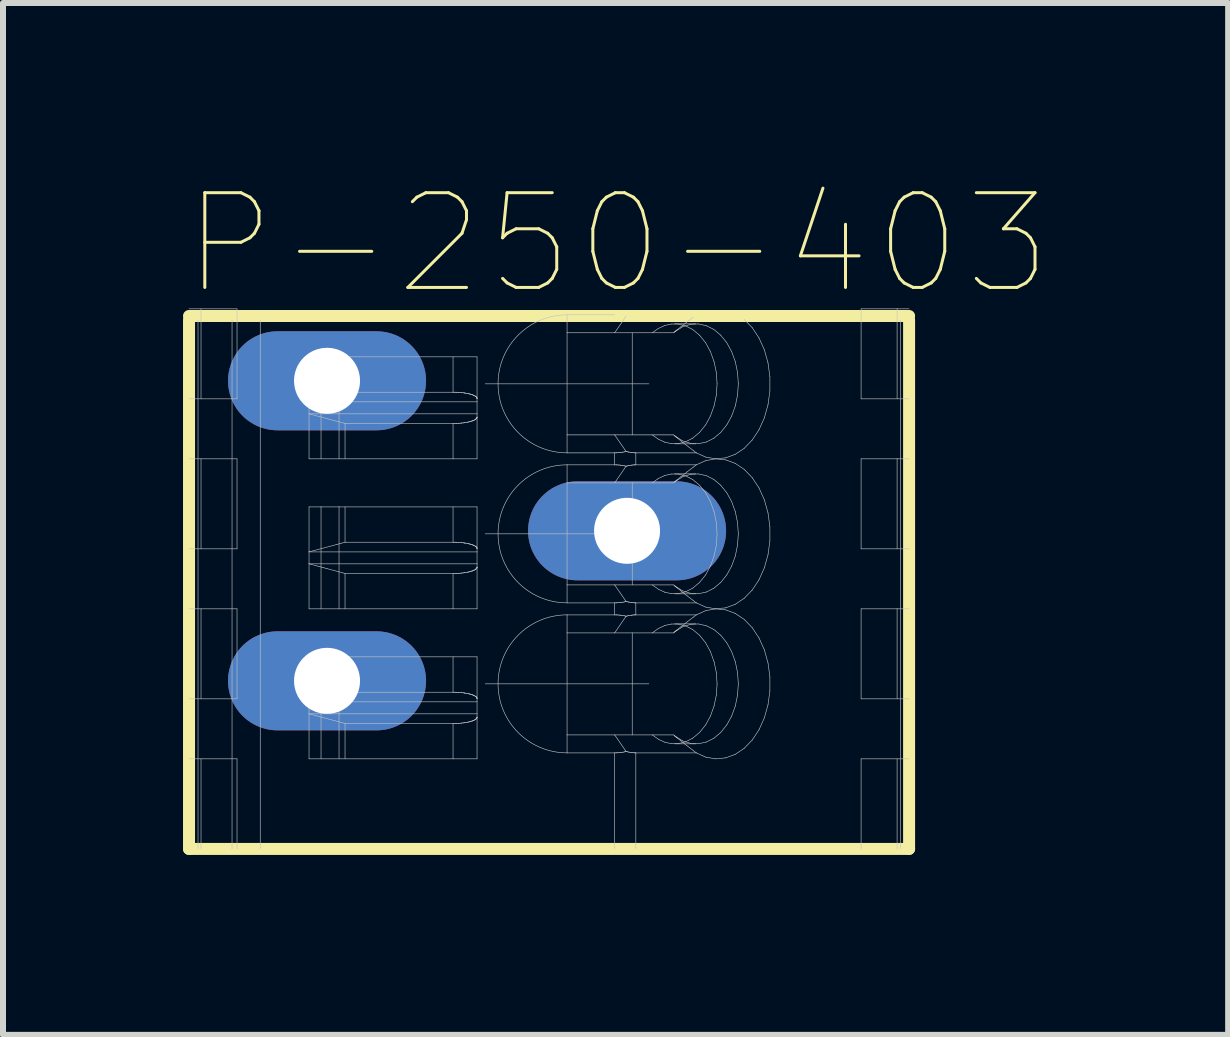
<source format=kicad_pcb>
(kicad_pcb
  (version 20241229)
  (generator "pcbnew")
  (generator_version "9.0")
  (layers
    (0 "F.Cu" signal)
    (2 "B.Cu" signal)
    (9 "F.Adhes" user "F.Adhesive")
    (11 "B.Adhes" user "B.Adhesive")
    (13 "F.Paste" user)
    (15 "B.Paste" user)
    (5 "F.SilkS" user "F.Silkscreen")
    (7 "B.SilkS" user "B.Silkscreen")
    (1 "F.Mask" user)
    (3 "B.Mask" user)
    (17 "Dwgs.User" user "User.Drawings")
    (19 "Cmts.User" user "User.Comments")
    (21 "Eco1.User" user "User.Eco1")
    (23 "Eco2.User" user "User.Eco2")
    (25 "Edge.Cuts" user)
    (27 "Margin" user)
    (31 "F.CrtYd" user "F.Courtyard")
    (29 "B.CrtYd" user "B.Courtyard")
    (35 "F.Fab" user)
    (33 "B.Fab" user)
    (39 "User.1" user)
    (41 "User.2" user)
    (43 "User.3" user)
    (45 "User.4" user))
  (footprint "P-250-403"
    (layer "F.Cu")
    (at 6.1 2.282)
    (property "Reference" "P-250-403" (at 1.143 -1.27 0) (layer "F.SilkS") (effects (font (size 1.579 1.579) (thickness 0.05))))
    (attr through_hole)
    (fp_line (start -6 0) (end -6 8.815) (stroke (width 0.2) (type solid)) (layer "F.SilkS"))
    (fp_line (start -6 8.815) (end 6 8.815) (stroke (width 0.2) (type solid)) (layer "F.SilkS"))
    (fp_line (start 1.446 -0.066) (end -6 -0.066) (stroke (width 0.2) (type solid)) (layer "F.SilkS"))
    (fp_line (start 6 -0.066) (end 1.446 -0.066) (stroke (width 0.2) (type solid)) (layer "F.SilkS"))
    (fp_line (start 6 0) (end 6 8.815) (stroke (width 0.2) (type solid)) (layer "F.SilkS"))
    (fp_line (start -6 1.315) (end -5.2 1.315) (stroke (width 0.01) (type solid)) (layer "Dwgs.User"))
    (fp_line (start -6 3.814) (end -5.2 3.814) (stroke (width 0.01) (type solid)) (layer "Dwgs.User"))
    (fp_line (start -6 6.314) (end -5.2 6.314) (stroke (width 0.01) (type solid)) (layer "Dwgs.User"))
    (fp_line (start -5.85 0) (end -5.85 8.815) (stroke (width 0.01) (type solid)) (layer "Dwgs.User"))
    (fp_line (start -5.8 -0.185) (end -5.8 1.315) (stroke (width 0.01) (type solid)) (layer "Dwgs.User"))
    (fp_line (start -5.8 2.314) (end -5.8 3.814) (stroke (width 0.01) (type solid)) (layer "Dwgs.User"))
    (fp_line (start -5.8 4.814) (end -5.8 6.314) (stroke (width 0.01) (type solid)) (layer "Dwgs.User"))
    (fp_line (start -5.8 7.314) (end -5.8 8.815) (stroke (width 0.01) (type solid)) (layer "Dwgs.User"))
    (fp_line (start -5.283 0) (end -5.283 8.815) (stroke (width 0.01) (type solid)) (layer "Dwgs.User"))
    (fp_line (start -5.2 -0.185) (end -6 -0.185) (stroke (width 0.01) (type solid)) (layer "Dwgs.User"))
    (fp_line (start -5.2 -0.185) (end -5.2 1.315) (stroke (width 0.01) (type solid)) (layer "Dwgs.User"))
    (fp_line (start -5.2 2.314) (end -6 2.314) (stroke (width 0.01) (type solid)) (layer "Dwgs.User"))
    (fp_line (start -5.2 2.314) (end -5.2 3.814) (stroke (width 0.01) (type solid)) (layer "Dwgs.User"))
    (fp_line (start -5.2 4.814) (end -6 4.814) (stroke (width 0.01) (type solid)) (layer "Dwgs.User"))
    (fp_line (start -5.2 4.814) (end -5.2 6.314) (stroke (width 0.01) (type solid)) (layer "Dwgs.User"))
    (fp_line (start -5.2 7.314) (end -6 7.314) (stroke (width 0.01) (type solid)) (layer "Dwgs.User"))
    (fp_line (start -5.2 7.314) (end -5.2 8.815) (stroke (width 0.01) (type solid)) (layer "Dwgs.User"))
    (fp_line (start -4.813 0) (end -4.813 8.815) (stroke (width 0.01) (type solid)) (layer "Dwgs.User"))
    (fp_line (start -4 1.365) (end -4 0.615) (stroke (width 0.01) (type solid)) (layer "Dwgs.User"))
    (fp_line (start -4 1.365) (end -3.4 1.204) (stroke (width 0.01) (type solid)) (layer "Dwgs.User"))
    (fp_line (start -4 1.565) (end -4 1.365) (stroke (width 0.01) (type solid)) (layer "Dwgs.User"))
    (fp_line (start -4 2.314) (end -4 1.565) (stroke (width 0.01) (type solid)) (layer "Dwgs.User"))
    (fp_line (start -4 3.865) (end -4 3.115) (stroke (width 0.01) (type solid)) (layer "Dwgs.User"))
    (fp_line (start -4 3.865) (end -3.4 3.704) (stroke (width 0.01) (type solid)) (layer "Dwgs.User"))
    (fp_line (start -4 4.064) (end -4 3.865) (stroke (width 0.01) (type solid)) (layer "Dwgs.User"))
    (fp_line (start -4 4.814) (end -4 4.064) (stroke (width 0.01) (type solid)) (layer "Dwgs.User"))
    (fp_line (start -4 6.364) (end -4 5.614) (stroke (width 0.01) (type solid)) (layer "Dwgs.User"))
    (fp_line (start -4 6.364) (end -3.4 6.204) (stroke (width 0.01) (type solid)) (layer "Dwgs.User"))
    (fp_line (start -4 6.564) (end -4 6.364) (stroke (width 0.01) (type solid)) (layer "Dwgs.User"))
    (fp_line (start -4 7.314) (end -4 6.564) (stroke (width 0.01) (type solid)) (layer "Dwgs.User"))
    (fp_line (start -3.9 0.639) (end -3.9 1.389) (stroke (width 0.01) (type solid)) (layer "Dwgs.User"))
    (fp_line (start -3.9 5.639) (end -3.9 6.389) (stroke (width 0.01) (type solid)) (layer "Dwgs.User"))
    (fp_line (start -3.8 0.615) (end -4 0.615) (stroke (width 0.01) (type solid)) (layer "Dwgs.User"))
    (fp_line (start -3.8 2.314) (end -3.8 0.615) (stroke (width 0.01) (type solid)) (layer "Dwgs.User"))
    (fp_line (start -3.8 3.115) (end -4 3.115) (stroke (width 0.01) (type solid)) (layer "Dwgs.User"))
    (fp_line (start -3.8 4.814) (end -3.8 3.115) (stroke (width 0.01) (type solid)) (layer "Dwgs.User"))
    (fp_line (start -3.8 5.614) (end -4 5.614) (stroke (width 0.01) (type solid)) (layer "Dwgs.User"))
    (fp_line (start -3.8 7.314) (end -3.8 5.614) (stroke (width 0.01) (type solid)) (layer "Dwgs.User"))
    (fp_line (start -3.5 0.615) (end -3.8 0.615) (stroke (width 0.01) (type solid)) (layer "Dwgs.User"))
    (fp_line (start -3.5 0.639) (end -3.9 0.639) (stroke (width 0.01) (type solid)) (layer "Dwgs.User"))
    (fp_line (start -3.5 1.389) (end -3.9 1.389) (stroke (width 0.01) (type solid)) (layer "Dwgs.User"))
    (fp_line (start -3.5 2.314) (end -3.5 0.615) (stroke (width 0.01) (type solid)) (layer "Dwgs.User"))
    (fp_line (start -3.5 3.115) (end -3.8 3.115) (stroke (width 0.01) (type solid)) (layer "Dwgs.User"))
    (fp_line (start -3.5 4.814) (end -3.5 3.115) (stroke (width 0.01) (type solid)) (layer "Dwgs.User"))
    (fp_line (start -3.5 5.614) (end -3.8 5.614) (stroke (width 0.01) (type solid)) (layer "Dwgs.User"))
    (fp_line (start -3.5 5.639) (end -3.9 5.639) (stroke (width 0.01) (type solid)) (layer "Dwgs.User"))
    (fp_line (start -3.5 6.389) (end -3.9 6.389) (stroke (width 0.01) (type solid)) (layer "Dwgs.User"))
    (fp_line (start -3.5 7.314) (end -3.5 5.614) (stroke (width 0.01) (type solid)) (layer "Dwgs.User"))
    (fp_line (start -3.4 1.204) (end -3.4 0.615) (stroke (width 0.01) (type solid)) (layer "Dwgs.User"))
    (fp_line (start -3.4 1.204) (end -1.6 1.204) (stroke (width 0.01) (type solid)) (layer "Dwgs.User"))
    (fp_line (start -3.4 1.725) (end -4 1.565) (stroke (width 0.01) (type solid)) (layer "Dwgs.User"))
    (fp_line (start -3.4 2.314) (end -3.4 1.725) (stroke (width 0.01) (type solid)) (layer "Dwgs.User"))
    (fp_line (start -3.4 3.704) (end -3.4 3.115) (stroke (width 0.01) (type solid)) (layer "Dwgs.User"))
    (fp_line (start -3.4 3.704) (end -1.6 3.704) (stroke (width 0.01) (type solid)) (layer "Dwgs.User"))
    (fp_line (start -3.4 4.225) (end -4 4.064) (stroke (width 0.01) (type solid)) (layer "Dwgs.User"))
    (fp_line (start -3.4 4.814) (end -3.4 4.225) (stroke (width 0.01) (type solid)) (layer "Dwgs.User"))
    (fp_line (start -3.4 6.204) (end -3.4 5.614) (stroke (width 0.01) (type solid)) (layer "Dwgs.User"))
    (fp_line (start -3.4 6.204) (end -1.6 6.204) (stroke (width 0.01) (type solid)) (layer "Dwgs.User"))
    (fp_line (start -3.4 6.725) (end -4 6.564) (stroke (width 0.01) (type solid)) (layer "Dwgs.User"))
    (fp_line (start -3.4 7.314) (end -3.4 6.725) (stroke (width 0.01) (type solid)) (layer "Dwgs.User"))
    (fp_line (start -1.6 1.204) (end -1.6 0.615) (stroke (width 0.01) (type solid)) (layer "Dwgs.User"))
    (fp_line (start -1.6 1.725) (end -3.4 1.725) (stroke (width 0.01) (type solid)) (layer "Dwgs.User"))
    (fp_line (start -1.6 1.725) (end -1.597 1.725) (stroke (width 0.01) (type solid)) (layer "Dwgs.User"))
    (fp_line (start -1.6 2.314) (end -4 2.314) (stroke (width 0.01) (type solid)) (layer "Dwgs.User"))
    (fp_line (start -1.6 2.314) (end -1.6 1.725) (stroke (width 0.01) (type solid)) (layer "Dwgs.User"))
    (fp_line (start -1.6 3.704) (end -1.6 3.115) (stroke (width 0.01) (type solid)) (layer "Dwgs.User"))
    (fp_line (start -1.6 4.225) (end -3.4 4.225) (stroke (width 0.01) (type solid)) (layer "Dwgs.User"))
    (fp_line (start -1.6 4.225) (end -1.597 4.225) (stroke (width 0.01) (type solid)) (layer "Dwgs.User"))
    (fp_line (start -1.6 4.814) (end -4 4.814) (stroke (width 0.01) (type solid)) (layer "Dwgs.User"))
    (fp_line (start -1.6 4.814) (end -1.6 4.225) (stroke (width 0.01) (type solid)) (layer "Dwgs.User"))
    (fp_line (start -1.6 6.204) (end -1.6 5.614) (stroke (width 0.01) (type solid)) (layer "Dwgs.User"))
    (fp_line (start -1.6 6.725) (end -3.4 6.725) (stroke (width 0.01) (type solid)) (layer "Dwgs.User"))
    (fp_line (start -1.6 6.725) (end -1.597 6.725) (stroke (width 0.01) (type solid)) (layer "Dwgs.User"))
    (fp_line (start -1.6 7.314) (end -4 7.314) (stroke (width 0.01) (type solid)) (layer "Dwgs.User"))
    (fp_line (start -1.6 7.314) (end -1.6 6.725) (stroke (width 0.01) (type solid)) (layer "Dwgs.User"))
    (fp_line (start -1.597 1.204) (end -1.6 1.204) (stroke (width 0.01) (type solid)) (layer "Dwgs.User"))
    (fp_line (start -1.597 1.725) (end -1.591 1.725) (stroke (width 0.01) (type solid)) (layer "Dwgs.User"))
    (fp_line (start -1.597 3.704) (end -1.6 3.704) (stroke (width 0.01) (type solid)) (layer "Dwgs.User"))
    (fp_line (start -1.597 4.225) (end -1.591 4.225) (stroke (width 0.01) (type solid)) (layer "Dwgs.User"))
    (fp_line (start -1.597 6.204) (end -1.6 6.204) (stroke (width 0.01) (type solid)) (layer "Dwgs.User"))
    (fp_line (start -1.597 6.725) (end -1.591 6.725) (stroke (width 0.01) (type solid)) (layer "Dwgs.User"))
    (fp_line (start -1.591 1.204) (end -1.597 1.204) (stroke (width 0.01) (type solid)) (layer "Dwgs.User"))
    (fp_line (start -1.591 1.725) (end -1.583 1.725) (stroke (width 0.01) (type solid)) (layer "Dwgs.User"))
    (fp_line (start -1.591 3.704) (end -1.597 3.704) (stroke (width 0.01) (type solid)) (layer "Dwgs.User"))
    (fp_line (start -1.591 4.225) (end -1.583 4.225) (stroke (width 0.01) (type solid)) (layer "Dwgs.User"))
    (fp_line (start -1.591 6.204) (end -1.597 6.204) (stroke (width 0.01) (type solid)) (layer "Dwgs.User"))
    (fp_line (start -1.591 6.725) (end -1.583 6.725) (stroke (width 0.01) (type solid)) (layer "Dwgs.User"))
    (fp_line (start -1.583 1.204) (end -1.591 1.204) (stroke (width 0.01) (type solid)) (layer "Dwgs.User"))
    (fp_line (start -1.583 1.725) (end -1.58 1.725) (stroke (width 0.01) (type solid)) (layer "Dwgs.User"))
    (fp_line (start -1.583 3.704) (end -1.591 3.704) (stroke (width 0.01) (type solid)) (layer "Dwgs.User"))
    (fp_line (start -1.583 4.225) (end -1.58 4.225) (stroke (width 0.01) (type solid)) (layer "Dwgs.User"))
    (fp_line (start -1.583 6.204) (end -1.591 6.204) (stroke (width 0.01) (type solid)) (layer "Dwgs.User"))
    (fp_line (start -1.583 6.725) (end -1.58 6.725) (stroke (width 0.01) (type solid)) (layer "Dwgs.User"))
    (fp_line (start -1.58 1.204) (end -1.583 1.204) (stroke (width 0.01) (type solid)) (layer "Dwgs.User"))
    (fp_line (start -1.58 1.725) (end -1.562 1.725) (stroke (width 0.01) (type solid)) (layer "Dwgs.User"))
    (fp_line (start -1.58 3.704) (end -1.583 3.704) (stroke (width 0.01) (type solid)) (layer "Dwgs.User"))
    (fp_line (start -1.58 4.225) (end -1.562 4.225) (stroke (width 0.01) (type solid)) (layer "Dwgs.User"))
    (fp_line (start -1.58 6.204) (end -1.583 6.204) (stroke (width 0.01) (type solid)) (layer "Dwgs.User"))
    (fp_line (start -1.58 6.725) (end -1.562 6.725) (stroke (width 0.01) (type solid)) (layer "Dwgs.User"))
    (fp_line (start -1.562 1.204) (end -1.58 1.204) (stroke (width 0.01) (type solid)) (layer "Dwgs.User"))
    (fp_line (start -1.562 1.725) (end -1.556 1.725) (stroke (width 0.01) (type solid)) (layer "Dwgs.User"))
    (fp_line (start -1.562 3.704) (end -1.58 3.704) (stroke (width 0.01) (type solid)) (layer "Dwgs.User"))
    (fp_line (start -1.562 4.225) (end -1.556 4.225) (stroke (width 0.01) (type solid)) (layer "Dwgs.User"))
    (fp_line (start -1.562 6.204) (end -1.58 6.204) (stroke (width 0.01) (type solid)) (layer "Dwgs.User"))
    (fp_line (start -1.562 6.725) (end -1.556 6.725) (stroke (width 0.01) (type solid)) (layer "Dwgs.User"))
    (fp_line (start -1.556 1.204) (end -1.562 1.204) (stroke (width 0.01) (type solid)) (layer "Dwgs.User"))
    (fp_line (start -1.556 1.725) (end -1.551 1.724) (stroke (width 0.01) (type solid)) (layer "Dwgs.User"))
    (fp_line (start -1.556 3.704) (end -1.562 3.704) (stroke (width 0.01) (type solid)) (layer "Dwgs.User"))
    (fp_line (start -1.556 4.225) (end -1.551 4.224) (stroke (width 0.01) (type solid)) (layer "Dwgs.User"))
    (fp_line (start -1.556 6.204) (end -1.562 6.204) (stroke (width 0.01) (type solid)) (layer "Dwgs.User"))
    (fp_line (start -1.556 6.725) (end -1.551 6.724) (stroke (width 0.01) (type solid)) (layer "Dwgs.User"))
    (fp_line (start -1.551 1.204) (end -1.556 1.204) (stroke (width 0.01) (type solid)) (layer "Dwgs.User"))
    (fp_line (start -1.551 1.724) (end -1.548 1.724) (stroke (width 0.01) (type solid)) (layer "Dwgs.User"))
    (fp_line (start -1.551 3.704) (end -1.556 3.704) (stroke (width 0.01) (type solid)) (layer "Dwgs.User"))
    (fp_line (start -1.551 4.224) (end -1.548 4.224) (stroke (width 0.01) (type solid)) (layer "Dwgs.User"))
    (fp_line (start -1.551 6.205) (end -1.556 6.204) (stroke (width 0.01) (type solid)) (layer "Dwgs.User"))
    (fp_line (start -1.551 6.724) (end -1.548 6.724) (stroke (width 0.01) (type solid)) (layer "Dwgs.User"))
    (fp_line (start -1.548 1.205) (end -1.551 1.204) (stroke (width 0.01) (type solid)) (layer "Dwgs.User"))
    (fp_line (start -1.548 1.724) (end -1.545 1.724) (stroke (width 0.01) (type solid)) (layer "Dwgs.User"))
    (fp_line (start -1.548 3.705) (end -1.551 3.704) (stroke (width 0.01) (type solid)) (layer "Dwgs.User"))
    (fp_line (start -1.548 4.224) (end -1.545 4.224) (stroke (width 0.01) (type solid)) (layer "Dwgs.User"))
    (fp_line (start -1.548 6.205) (end -1.551 6.205) (stroke (width 0.01) (type solid)) (layer "Dwgs.User"))
    (fp_line (start -1.548 6.724) (end -1.545 6.724) (stroke (width 0.01) (type solid)) (layer "Dwgs.User"))
    (fp_line (start -1.545 1.205) (end -1.548 1.205) (stroke (width 0.01) (type solid)) (layer "Dwgs.User"))
    (fp_line (start -1.545 1.724) (end -1.539 1.724) (stroke (width 0.01) (type solid)) (layer "Dwgs.User"))
    (fp_line (start -1.545 3.705) (end -1.548 3.705) (stroke (width 0.01) (type solid)) (layer "Dwgs.User"))
    (fp_line (start -1.545 4.224) (end -1.539 4.224) (stroke (width 0.01) (type solid)) (layer "Dwgs.User"))
    (fp_line (start -1.545 6.205) (end -1.548 6.205) (stroke (width 0.01) (type solid)) (layer "Dwgs.User"))
    (fp_line (start -1.545 6.724) (end -1.539 6.724) (stroke (width 0.01) (type solid)) (layer "Dwgs.User"))
    (fp_line (start -1.539 1.205) (end -1.545 1.205) (stroke (width 0.01) (type solid)) (layer "Dwgs.User"))
    (fp_line (start -1.539 1.724) (end -1.533 1.724) (stroke (width 0.01) (type solid)) (layer "Dwgs.User"))
    (fp_line (start -1.539 3.705) (end -1.545 3.705) (stroke (width 0.01) (type solid)) (layer "Dwgs.User"))
    (fp_line (start -1.539 4.224) (end -1.533 4.224) (stroke (width 0.01) (type solid)) (layer "Dwgs.User"))
    (fp_line (start -1.539 6.205) (end -1.545 6.205) (stroke (width 0.01) (type solid)) (layer "Dwgs.User"))
    (fp_line (start -1.539 6.724) (end -1.533 6.724) (stroke (width 0.01) (type solid)) (layer "Dwgs.User"))
    (fp_line (start -1.533 1.205) (end -1.539 1.205) (stroke (width 0.01) (type solid)) (layer "Dwgs.User"))
    (fp_line (start -1.533 1.724) (end -1.516 1.723) (stroke (width 0.01) (type solid)) (layer "Dwgs.User"))
    (fp_line (start -1.533 3.705) (end -1.539 3.705) (stroke (width 0.01) (type solid)) (layer "Dwgs.User"))
    (fp_line (start -1.533 4.224) (end -1.516 4.223) (stroke (width 0.01) (type solid)) (layer "Dwgs.User"))
    (fp_line (start -1.533 6.205) (end -1.539 6.205) (stroke (width 0.01) (type solid)) (layer "Dwgs.User"))
    (fp_line (start -1.533 6.724) (end -1.516 6.723) (stroke (width 0.01) (type solid)) (layer "Dwgs.User"))
    (fp_line (start -1.516 1.206) (end -1.533 1.205) (stroke (width 0.01) (type solid)) (layer "Dwgs.User"))
    (fp_line (start -1.516 1.723) (end -1.513 1.723) (stroke (width 0.01) (type solid)) (layer "Dwgs.User"))
    (fp_line (start -1.516 3.706) (end -1.533 3.705) (stroke (width 0.01) (type solid)) (layer "Dwgs.User"))
    (fp_line (start -1.516 4.223) (end -1.513 4.223) (stroke (width 0.01) (type solid)) (layer "Dwgs.User"))
    (fp_line (start -1.516 6.206) (end -1.533 6.205) (stroke (width 0.01) (type solid)) (layer "Dwgs.User"))
    (fp_line (start -1.516 6.723) (end -1.513 6.723) (stroke (width 0.01) (type solid)) (layer "Dwgs.User"))
    (fp_line (start -1.513 1.206) (end -1.516 1.206) (stroke (width 0.01) (type solid)) (layer "Dwgs.User"))
    (fp_line (start -1.513 1.723) (end -1.511 1.723) (stroke (width 0.01) (type solid)) (layer "Dwgs.User"))
    (fp_line (start -1.513 3.706) (end -1.516 3.706) (stroke (width 0.01) (type solid)) (layer "Dwgs.User"))
    (fp_line (start -1.513 4.223) (end -1.511 4.223) (stroke (width 0.01) (type solid)) (layer "Dwgs.User"))
    (fp_line (start -1.513 6.206) (end -1.516 6.206) (stroke (width 0.01) (type solid)) (layer "Dwgs.User"))
    (fp_line (start -1.513 6.723) (end -1.511 6.723) (stroke (width 0.01) (type solid)) (layer "Dwgs.User"))
    (fp_line (start -1.511 1.206) (end -1.513 1.206) (stroke (width 0.01) (type solid)) (layer "Dwgs.User"))
    (fp_line (start -1.511 1.723) (end -1.505 1.722) (stroke (width 0.01) (type solid)) (layer "Dwgs.User"))
    (fp_line (start -1.511 3.706) (end -1.513 3.706) (stroke (width 0.01) (type solid)) (layer "Dwgs.User"))
    (fp_line (start -1.511 4.223) (end -1.505 4.222) (stroke (width 0.01) (type solid)) (layer "Dwgs.User"))
    (fp_line (start -1.511 6.206) (end -1.513 6.206) (stroke (width 0.01) (type solid)) (layer "Dwgs.User"))
    (fp_line (start -1.511 6.723) (end -1.505 6.722) (stroke (width 0.01) (type solid)) (layer "Dwgs.User"))
    (fp_line (start -1.505 1.207) (end -1.511 1.206) (stroke (width 0.01) (type solid)) (layer "Dwgs.User"))
    (fp_line (start -1.505 1.722) (end -1.488 1.721) (stroke (width 0.01) (type solid)) (layer "Dwgs.User"))
    (fp_line (start -1.505 3.707) (end -1.511 3.706) (stroke (width 0.01) (type solid)) (layer "Dwgs.User"))
    (fp_line (start -1.505 4.222) (end -1.488 4.221) (stroke (width 0.01) (type solid)) (layer "Dwgs.User"))
    (fp_line (start -1.505 6.207) (end -1.511 6.206) (stroke (width 0.01) (type solid)) (layer "Dwgs.User"))
    (fp_line (start -1.505 6.722) (end -1.488 6.721) (stroke (width 0.01) (type solid)) (layer "Dwgs.User"))
    (fp_line (start -1.488 1.208) (end -1.505 1.207) (stroke (width 0.01) (type solid)) (layer "Dwgs.User"))
    (fp_line (start -1.488 1.721) (end -1.482 1.72) (stroke (width 0.01) (type solid)) (layer "Dwgs.User"))
    (fp_line (start -1.488 3.708) (end -1.505 3.707) (stroke (width 0.01) (type solid)) (layer "Dwgs.User"))
    (fp_line (start -1.488 4.221) (end -1.482 4.221) (stroke (width 0.01) (type solid)) (layer "Dwgs.User"))
    (fp_line (start -1.488 6.208) (end -1.505 6.207) (stroke (width 0.01) (type solid)) (layer "Dwgs.User"))
    (fp_line (start -1.488 6.721) (end -1.482 6.721) (stroke (width 0.01) (type solid)) (layer "Dwgs.User"))
    (fp_line (start -1.482 1.208) (end -1.488 1.208) (stroke (width 0.01) (type solid)) (layer "Dwgs.User"))
    (fp_line (start -1.482 1.72) (end -1.477 1.72) (stroke (width 0.01) (type solid)) (layer "Dwgs.User"))
    (fp_line (start -1.482 3.708) (end -1.488 3.708) (stroke (width 0.01) (type solid)) (layer "Dwgs.User"))
    (fp_line (start -1.482 4.221) (end -1.477 4.22) (stroke (width 0.01) (type solid)) (layer "Dwgs.User"))
    (fp_line (start -1.482 6.208) (end -1.488 6.208) (stroke (width 0.01) (type solid)) (layer "Dwgs.User"))
    (fp_line (start -1.482 6.721) (end -1.477 6.72) (stroke (width 0.01) (type solid)) (layer "Dwgs.User"))
    (fp_line (start -1.477 1.209) (end -1.482 1.208) (stroke (width 0.01) (type solid)) (layer "Dwgs.User"))
    (fp_line (start -1.477 1.72) (end -1.466 1.719) (stroke (width 0.01) (type solid)) (layer "Dwgs.User"))
    (fp_line (start -1.477 3.709) (end -1.482 3.708) (stroke (width 0.01) (type solid)) (layer "Dwgs.User"))
    (fp_line (start -1.477 4.22) (end -1.466 4.219) (stroke (width 0.01) (type solid)) (layer "Dwgs.User"))
    (fp_line (start -1.477 6.209) (end -1.482 6.208) (stroke (width 0.01) (type solid)) (layer "Dwgs.User"))
    (fp_line (start -1.477 6.72) (end -1.466 6.719) (stroke (width 0.01) (type solid)) (layer "Dwgs.User"))
    (fp_line (start -1.466 1.21) (end -1.477 1.209) (stroke (width 0.01) (type solid)) (layer "Dwgs.User"))
    (fp_line (start -1.466 1.719) (end -1.46 1.718) (stroke (width 0.01) (type solid)) (layer "Dwgs.User"))
    (fp_line (start -1.466 3.71) (end -1.477 3.709) (stroke (width 0.01) (type solid)) (layer "Dwgs.User"))
    (fp_line (start -1.466 4.219) (end -1.46 4.218) (stroke (width 0.01) (type solid)) (layer "Dwgs.User"))
    (fp_line (start -1.466 6.21) (end -1.477 6.209) (stroke (width 0.01) (type solid)) (layer "Dwgs.User"))
    (fp_line (start -1.466 6.719) (end -1.46 6.718) (stroke (width 0.01) (type solid)) (layer "Dwgs.User"))
    (fp_line (start -1.46 1.21) (end -1.466 1.21) (stroke (width 0.01) (type solid)) (layer "Dwgs.User"))
    (fp_line (start -1.46 1.718) (end -1.455 1.718) (stroke (width 0.01) (type solid)) (layer "Dwgs.User"))
    (fp_line (start -1.46 3.711) (end -1.466 3.71) (stroke (width 0.01) (type solid)) (layer "Dwgs.User"))
    (fp_line (start -1.46 4.218) (end -1.455 4.218) (stroke (width 0.01) (type solid)) (layer "Dwgs.User"))
    (fp_line (start -1.46 6.21) (end -1.466 6.21) (stroke (width 0.01) (type solid)) (layer "Dwgs.User"))
    (fp_line (start -1.46 6.718) (end -1.455 6.718) (stroke (width 0.01) (type solid)) (layer "Dwgs.User"))
    (fp_line (start -1.455 1.211) (end -1.46 1.21) (stroke (width 0.01) (type solid)) (layer "Dwgs.User"))
    (fp_line (start -1.455 1.718) (end -1.444 1.717) (stroke (width 0.01) (type solid)) (layer "Dwgs.User"))
    (fp_line (start -1.455 3.711) (end -1.46 3.711) (stroke (width 0.01) (type solid)) (layer "Dwgs.User"))
    (fp_line (start -1.455 4.218) (end -1.444 4.217) (stroke (width 0.01) (type solid)) (layer "Dwgs.User"))
    (fp_line (start -1.455 6.211) (end -1.46 6.21) (stroke (width 0.01) (type solid)) (layer "Dwgs.User"))
    (fp_line (start -1.455 6.718) (end -1.444 6.717) (stroke (width 0.01) (type solid)) (layer "Dwgs.User"))
    (fp_line (start -1.444 1.212) (end -1.455 1.211) (stroke (width 0.01) (type solid)) (layer "Dwgs.User"))
    (fp_line (start -1.444 1.717) (end -1.434 1.716) (stroke (width 0.01) (type solid)) (layer "Dwgs.User"))
    (fp_line (start -1.444 3.712) (end -1.455 3.711) (stroke (width 0.01) (type solid)) (layer "Dwgs.User"))
    (fp_line (start -1.444 4.217) (end -1.434 4.216) (stroke (width 0.01) (type solid)) (layer "Dwgs.User"))
    (fp_line (start -1.444 6.212) (end -1.455 6.211) (stroke (width 0.01) (type solid)) (layer "Dwgs.User"))
    (fp_line (start -1.444 6.717) (end -1.434 6.716) (stroke (width 0.01) (type solid)) (layer "Dwgs.User"))
    (fp_line (start -1.434 1.213) (end -1.444 1.212) (stroke (width 0.01) (type solid)) (layer "Dwgs.User"))
    (fp_line (start -1.434 1.716) (end -1.428 1.715) (stroke (width 0.01) (type solid)) (layer "Dwgs.User"))
    (fp_line (start -1.434 3.713) (end -1.444 3.712) (stroke (width 0.01) (type solid)) (layer "Dwgs.User"))
    (fp_line (start -1.434 4.216) (end -1.428 4.215) (stroke (width 0.01) (type solid)) (layer "Dwgs.User"))
    (fp_line (start -1.434 6.213) (end -1.444 6.212) (stroke (width 0.01) (type solid)) (layer "Dwgs.User"))
    (fp_line (start -1.434 6.716) (end -1.428 6.715) (stroke (width 0.01) (type solid)) (layer "Dwgs.User"))
    (fp_line (start -1.428 1.214) (end -1.434 1.213) (stroke (width 0.01) (type solid)) (layer "Dwgs.User"))
    (fp_line (start -1.428 1.715) (end -1.418 1.714) (stroke (width 0.01) (type solid)) (layer "Dwgs.User"))
    (fp_line (start -1.428 3.714) (end -1.434 3.713) (stroke (width 0.01) (type solid)) (layer "Dwgs.User"))
    (fp_line (start -1.428 4.215) (end -1.418 4.213) (stroke (width 0.01) (type solid)) (layer "Dwgs.User"))
    (fp_line (start -1.428 6.214) (end -1.434 6.213) (stroke (width 0.01) (type solid)) (layer "Dwgs.User"))
    (fp_line (start -1.428 6.715) (end -1.418 6.713) (stroke (width 0.01) (type solid)) (layer "Dwgs.User"))
    (fp_line (start -1.418 1.216) (end -1.428 1.214) (stroke (width 0.01) (type solid)) (layer "Dwgs.User"))
    (fp_line (start -1.418 1.714) (end -1.415 1.713) (stroke (width 0.01) (type solid)) (layer "Dwgs.User"))
    (fp_line (start -1.418 3.716) (end -1.428 3.714) (stroke (width 0.01) (type solid)) (layer "Dwgs.User"))
    (fp_line (start -1.418 4.213) (end -1.415 4.213) (stroke (width 0.01) (type solid)) (layer "Dwgs.User"))
    (fp_line (start -1.418 6.215) (end -1.428 6.214) (stroke (width 0.01) (type solid)) (layer "Dwgs.User"))
    (fp_line (start -1.418 6.713) (end -1.415 6.713) (stroke (width 0.01) (type solid)) (layer "Dwgs.User"))
    (fp_line (start -1.415 1.216) (end -1.418 1.216) (stroke (width 0.01) (type solid)) (layer "Dwgs.User"))
    (fp_line (start -1.415 1.713) (end -1.413 1.713) (stroke (width 0.01) (type solid)) (layer "Dwgs.User"))
    (fp_line (start -1.415 3.716) (end -1.418 3.716) (stroke (width 0.01) (type solid)) (layer "Dwgs.User"))
    (fp_line (start -1.415 4.213) (end -1.413 4.213) (stroke (width 0.01) (type solid)) (layer "Dwgs.User"))
    (fp_line (start -1.415 6.216) (end -1.418 6.215) (stroke (width 0.01) (type solid)) (layer "Dwgs.User"))
    (fp_line (start -1.415 6.713) (end -1.413 6.713) (stroke (width 0.01) (type solid)) (layer "Dwgs.User"))
    (fp_line (start -1.413 1.216) (end -1.415 1.216) (stroke (width 0.01) (type solid)) (layer "Dwgs.User"))
    (fp_line (start -1.413 1.713) (end -1.408 1.712) (stroke (width 0.01) (type solid)) (layer "Dwgs.User"))
    (fp_line (start -1.413 3.716) (end -1.415 3.716) (stroke (width 0.01) (type solid)) (layer "Dwgs.User"))
    (fp_line (start -1.413 4.213) (end -1.408 4.212) (stroke (width 0.01) (type solid)) (layer "Dwgs.User"))
    (fp_line (start -1.413 6.216) (end -1.415 6.216) (stroke (width 0.01) (type solid)) (layer "Dwgs.User"))
    (fp_line (start -1.413 6.713) (end -1.408 6.712) (stroke (width 0.01) (type solid)) (layer "Dwgs.User"))
    (fp_line (start -1.408 1.217) (end -1.413 1.216) (stroke (width 0.01) (type solid)) (layer "Dwgs.User"))
    (fp_line (start -1.408 1.712) (end -1.403 1.711) (stroke (width 0.01) (type solid)) (layer "Dwgs.User"))
    (fp_line (start -1.408 3.717) (end -1.413 3.716) (stroke (width 0.01) (type solid)) (layer "Dwgs.User"))
    (fp_line (start -1.408 4.212) (end -1.403 4.211) (stroke (width 0.01) (type solid)) (layer "Dwgs.User"))
    (fp_line (start -1.408 6.217) (end -1.413 6.216) (stroke (width 0.01) (type solid)) (layer "Dwgs.User"))
    (fp_line (start -1.408 6.712) (end -1.403 6.711) (stroke (width 0.01) (type solid)) (layer "Dwgs.User"))
    (fp_line (start -1.403 1.218) (end -1.408 1.217) (stroke (width 0.01) (type solid)) (layer "Dwgs.User"))
    (fp_line (start -1.403 1.711) (end -1.387 1.709) (stroke (width 0.01) (type solid)) (layer "Dwgs.User"))
    (fp_line (start -1.403 3.718) (end -1.408 3.717) (stroke (width 0.01) (type solid)) (layer "Dwgs.User"))
    (fp_line (start -1.403 4.211) (end -1.387 4.209) (stroke (width 0.01) (type solid)) (layer "Dwgs.User"))
    (fp_line (start -1.403 6.218) (end -1.408 6.217) (stroke (width 0.01) (type solid)) (layer "Dwgs.User"))
    (fp_line (start -1.403 6.711) (end -1.387 6.709) (stroke (width 0.01) (type solid)) (layer "Dwgs.User"))
    (fp_line (start -1.387 1.22) (end -1.403 1.218) (stroke (width 0.01) (type solid)) (layer "Dwgs.User"))
    (fp_line (start -1.387 1.709) (end -1.385 1.708) (stroke (width 0.01) (type solid)) (layer "Dwgs.User"))
    (fp_line (start -1.387 3.72) (end -1.403 3.718) (stroke (width 0.01) (type solid)) (layer "Dwgs.User"))
    (fp_line (start -1.387 4.209) (end -1.385 4.208) (stroke (width 0.01) (type solid)) (layer "Dwgs.User"))
    (fp_line (start -1.387 6.22) (end -1.403 6.218) (stroke (width 0.01) (type solid)) (layer "Dwgs.User"))
    (fp_line (start -1.387 6.709) (end -1.385 6.708) (stroke (width 0.01) (type solid)) (layer "Dwgs.User"))
    (fp_line (start -1.385 1.22) (end -1.387 1.22) (stroke (width 0.01) (type solid)) (layer "Dwgs.User"))
    (fp_line (start -1.385 1.708) (end -1.383 1.708) (stroke (width 0.01) (type solid)) (layer "Dwgs.User"))
    (fp_line (start -1.385 3.72) (end -1.387 3.72) (stroke (width 0.01) (type solid)) (layer "Dwgs.User"))
    (fp_line (start -1.385 4.208) (end -1.383 4.208) (stroke (width 0.01) (type solid)) (layer "Dwgs.User"))
    (fp_line (start -1.385 6.221) (end -1.387 6.22) (stroke (width 0.01) (type solid)) (layer "Dwgs.User"))
    (fp_line (start -1.385 6.708) (end -1.383 6.708) (stroke (width 0.01) (type solid)) (layer "Dwgs.User"))
    (fp_line (start -1.383 1.221) (end -1.385 1.22) (stroke (width 0.01) (type solid)) (layer "Dwgs.User"))
    (fp_line (start -1.383 1.708) (end -1.368 1.705) (stroke (width 0.01) (type solid)) (layer "Dwgs.User"))
    (fp_line (start -1.383 3.721) (end -1.385 3.72) (stroke (width 0.01) (type solid)) (layer "Dwgs.User"))
    (fp_line (start -1.383 4.208) (end -1.368 4.205) (stroke (width 0.01) (type solid)) (layer "Dwgs.User"))
    (fp_line (start -1.383 6.221) (end -1.385 6.221) (stroke (width 0.01) (type solid)) (layer "Dwgs.User"))
    (fp_line (start -1.383 6.708) (end -1.368 6.705) (stroke (width 0.01) (type solid)) (layer "Dwgs.User"))
    (fp_line (start -1.368 1.224) (end -1.383 1.221) (stroke (width 0.01) (type solid)) (layer "Dwgs.User"))
    (fp_line (start -1.368 1.705) (end -1.359 1.704) (stroke (width 0.01) (type solid)) (layer "Dwgs.User"))
    (fp_line (start -1.368 3.724) (end -1.383 3.721) (stroke (width 0.01) (type solid)) (layer "Dwgs.User"))
    (fp_line (start -1.368 4.205) (end -1.359 4.204) (stroke (width 0.01) (type solid)) (layer "Dwgs.User"))
    (fp_line (start -1.368 6.224) (end -1.383 6.221) (stroke (width 0.01) (type solid)) (layer "Dwgs.User"))
    (fp_line (start -1.368 6.705) (end -1.359 6.704) (stroke (width 0.01) (type solid)) (layer "Dwgs.User"))
    (fp_line (start -1.359 1.225) (end -1.368 1.224) (stroke (width 0.01) (type solid)) (layer "Dwgs.User"))
    (fp_line (start -1.359 1.704) (end -1.354 1.703) (stroke (width 0.01) (type solid)) (layer "Dwgs.User"))
    (fp_line (start -1.359 3.725) (end -1.368 3.724) (stroke (width 0.01) (type solid)) (layer "Dwgs.User"))
    (fp_line (start -1.359 4.204) (end -1.354 4.203) (stroke (width 0.01) (type solid)) (layer "Dwgs.User"))
    (fp_line (start -1.359 6.225) (end -1.368 6.224) (stroke (width 0.01) (type solid)) (layer "Dwgs.User"))
    (fp_line (start -1.359 6.704) (end -1.354 6.703) (stroke (width 0.01) (type solid)) (layer "Dwgs.User"))
    (fp_line (start -1.354 1.226) (end -1.359 1.225) (stroke (width 0.01) (type solid)) (layer "Dwgs.User"))
    (fp_line (start -1.354 1.703) (end -1.35 1.702) (stroke (width 0.01) (type solid)) (layer "Dwgs.User"))
    (fp_line (start -1.354 3.726) (end -1.359 3.725) (stroke (width 0.01) (type solid)) (layer "Dwgs.User"))
    (fp_line (start -1.354 4.203) (end -1.35 4.202) (stroke (width 0.01) (type solid)) (layer "Dwgs.User"))
    (fp_line (start -1.354 6.226) (end -1.359 6.225) (stroke (width 0.01) (type solid)) (layer "Dwgs.User"))
    (fp_line (start -1.354 6.703) (end -1.35 6.702) (stroke (width 0.01) (type solid)) (layer "Dwgs.User"))
    (fp_line (start -1.35 1.227) (end -1.354 1.226) (stroke (width 0.01) (type solid)) (layer "Dwgs.User"))
    (fp_line (start -1.35 1.702) (end -1.345 1.701) (stroke (width 0.01) (type solid)) (layer "Dwgs.User"))
    (fp_line (start -1.35 3.727) (end -1.354 3.726) (stroke (width 0.01) (type solid)) (layer "Dwgs.User"))
    (fp_line (start -1.35 4.202) (end -1.345 4.201) (stroke (width 0.01) (type solid)) (layer "Dwgs.User"))
    (fp_line (start -1.35 6.227) (end -1.354 6.226) (stroke (width 0.01) (type solid)) (layer "Dwgs.User"))
    (fp_line (start -1.35 6.702) (end -1.345 6.701) (stroke (width 0.01) (type solid)) (layer "Dwgs.User"))
    (fp_line (start -1.345 1.228) (end -1.35 1.227) (stroke (width 0.01) (type solid)) (layer "Dwgs.User"))
    (fp_line (start -1.345 1.701) (end -1.336 1.699) (stroke (width 0.01) (type solid)) (layer "Dwgs.User"))
    (fp_line (start -1.345 3.728) (end -1.35 3.727) (stroke (width 0.01) (type solid)) (layer "Dwgs.User"))
    (fp_line (start -1.345 4.201) (end -1.336 4.199) (stroke (width 0.01) (type solid)) (layer "Dwgs.User"))
    (fp_line (start -1.345 6.228) (end -1.35 6.227) (stroke (width 0.01) (type solid)) (layer "Dwgs.User"))
    (fp_line (start -1.345 6.701) (end -1.336 6.699) (stroke (width 0.01) (type solid)) (layer "Dwgs.User"))
    (fp_line (start -1.336 1.23) (end -1.345 1.228) (stroke (width 0.01) (type solid)) (layer "Dwgs.User"))
    (fp_line (start -1.336 1.699) (end -1.332 1.698) (stroke (width 0.01) (type solid)) (layer "Dwgs.User"))
    (fp_line (start -1.336 3.73) (end -1.345 3.728) (stroke (width 0.01) (type solid)) (layer "Dwgs.User"))
    (fp_line (start -1.336 4.199) (end -1.332 4.198) (stroke (width 0.01) (type solid)) (layer "Dwgs.User"))
    (fp_line (start -1.336 6.23) (end -1.345 6.228) (stroke (width 0.01) (type solid)) (layer "Dwgs.User"))
    (fp_line (start -1.336 6.699) (end -1.332 6.698) (stroke (width 0.01) (type solid)) (layer "Dwgs.User"))
    (fp_line (start -1.332 1.231) (end -1.336 1.23) (stroke (width 0.01) (type solid)) (layer "Dwgs.User"))
    (fp_line (start -1.332 1.698) (end -1.33 1.697) (stroke (width 0.01) (type solid)) (layer "Dwgs.User"))
    (fp_line (start -1.332 3.731) (end -1.336 3.73) (stroke (width 0.01) (type solid)) (layer "Dwgs.User"))
    (fp_line (start -1.332 4.198) (end -1.33 4.197) (stroke (width 0.01) (type solid)) (layer "Dwgs.User"))
    (fp_line (start -1.332 6.231) (end -1.336 6.23) (stroke (width 0.01) (type solid)) (layer "Dwgs.User"))
    (fp_line (start -1.332 6.698) (end -1.33 6.697) (stroke (width 0.01) (type solid)) (layer "Dwgs.User"))
    (fp_line (start -1.33 1.232) (end -1.332 1.231) (stroke (width 0.01) (type solid)) (layer "Dwgs.User"))
    (fp_line (start -1.33 1.697) (end -1.328 1.697) (stroke (width 0.01) (type solid)) (layer "Dwgs.User"))
    (fp_line (start -1.33 3.732) (end -1.332 3.731) (stroke (width 0.01) (type solid)) (layer "Dwgs.User"))
    (fp_line (start -1.33 4.197) (end -1.328 4.197) (stroke (width 0.01) (type solid)) (layer "Dwgs.User"))
    (fp_line (start -1.33 6.232) (end -1.332 6.231) (stroke (width 0.01) (type solid)) (layer "Dwgs.User"))
    (fp_line (start -1.33 6.697) (end -1.328 6.697) (stroke (width 0.01) (type solid)) (layer "Dwgs.User"))
    (fp_line (start -1.328 1.232) (end -1.33 1.232) (stroke (width 0.01) (type solid)) (layer "Dwgs.User"))
    (fp_line (start -1.328 1.697) (end -1.319 1.694) (stroke (width 0.01) (type solid)) (layer "Dwgs.User"))
    (fp_line (start -1.328 3.732) (end -1.33 3.732) (stroke (width 0.01) (type solid)) (layer "Dwgs.User"))
    (fp_line (start -1.328 4.197) (end -1.319 4.194) (stroke (width 0.01) (type solid)) (layer "Dwgs.User"))
    (fp_line (start -1.328 6.232) (end -1.33 6.232) (stroke (width 0.01) (type solid)) (layer "Dwgs.User"))
    (fp_line (start -1.328 6.697) (end -1.319 6.694) (stroke (width 0.01) (type solid)) (layer "Dwgs.User"))
    (fp_line (start -1.319 1.235) (end -1.328 1.232) (stroke (width 0.01) (type solid)) (layer "Dwgs.User"))
    (fp_line (start -1.319 1.694) (end -1.317 1.694) (stroke (width 0.01) (type solid)) (layer "Dwgs.User"))
    (fp_line (start -1.319 3.735) (end -1.328 3.732) (stroke (width 0.01) (type solid)) (layer "Dwgs.User"))
    (fp_line (start -1.319 4.194) (end -1.317 4.194) (stroke (width 0.01) (type solid)) (layer "Dwgs.User"))
    (fp_line (start -1.319 6.235) (end -1.328 6.232) (stroke (width 0.01) (type solid)) (layer "Dwgs.User"))
    (fp_line (start -1.319 6.694) (end -1.317 6.694) (stroke (width 0.01) (type solid)) (layer "Dwgs.User"))
    (fp_line (start -1.317 1.235) (end -1.319 1.235) (stroke (width 0.01) (type solid)) (layer "Dwgs.User"))
    (fp_line (start -1.317 1.694) (end -1.315 1.693) (stroke (width 0.01) (type solid)) (layer "Dwgs.User"))
    (fp_line (start -1.317 3.735) (end -1.319 3.735) (stroke (width 0.01) (type solid)) (layer "Dwgs.User"))
    (fp_line (start -1.317 4.194) (end -1.315 4.193) (stroke (width 0.01) (type solid)) (layer "Dwgs.User"))
    (fp_line (start -1.317 6.235) (end -1.319 6.235) (stroke (width 0.01) (type solid)) (layer "Dwgs.User"))
    (fp_line (start -1.317 6.694) (end -1.315 6.693) (stroke (width 0.01) (type solid)) (layer "Dwgs.User"))
    (fp_line (start -1.315 1.236) (end -1.317 1.235) (stroke (width 0.01) (type solid)) (layer "Dwgs.User"))
    (fp_line (start -1.315 1.693) (end -1.307 1.691) (stroke (width 0.01) (type solid)) (layer "Dwgs.User"))
    (fp_line (start -1.315 3.736) (end -1.317 3.735) (stroke (width 0.01) (type solid)) (layer "Dwgs.User"))
    (fp_line (start -1.315 4.193) (end -1.307 4.191) (stroke (width 0.01) (type solid)) (layer "Dwgs.User"))
    (fp_line (start -1.315 6.236) (end -1.317 6.235) (stroke (width 0.01) (type solid)) (layer "Dwgs.User"))
    (fp_line (start -1.315 6.693) (end -1.307 6.691) (stroke (width 0.01) (type solid)) (layer "Dwgs.User"))
    (fp_line (start -1.307 1.238) (end -1.315 1.236) (stroke (width 0.01) (type solid)) (layer "Dwgs.User"))
    (fp_line (start -1.307 1.691) (end -1.303 1.69) (stroke (width 0.01) (type solid)) (layer "Dwgs.User"))
    (fp_line (start -1.307 3.738) (end -1.315 3.736) (stroke (width 0.01) (type solid)) (layer "Dwgs.User"))
    (fp_line (start -1.307 4.191) (end -1.303 4.19) (stroke (width 0.01) (type solid)) (layer "Dwgs.User"))
    (fp_line (start -1.307 6.238) (end -1.315 6.236) (stroke (width 0.01) (type solid)) (layer "Dwgs.User"))
    (fp_line (start -1.307 6.691) (end -1.303 6.69) (stroke (width 0.01) (type solid)) (layer "Dwgs.User"))
    (fp_line (start -1.303 1.239) (end -1.307 1.238) (stroke (width 0.01) (type solid)) (layer "Dwgs.User"))
    (fp_line (start -1.303 1.69) (end -1.299 1.689) (stroke (width 0.01) (type solid)) (layer "Dwgs.User"))
    (fp_line (start -1.303 3.739) (end -1.307 3.738) (stroke (width 0.01) (type solid)) (layer "Dwgs.User"))
    (fp_line (start -1.303 4.19) (end -1.299 4.189) (stroke (width 0.01) (type solid)) (layer "Dwgs.User"))
    (fp_line (start -1.303 6.239) (end -1.307 6.238) (stroke (width 0.01) (type solid)) (layer "Dwgs.User"))
    (fp_line (start -1.303 6.69) (end -1.299 6.689) (stroke (width 0.01) (type solid)) (layer "Dwgs.User"))
    (fp_line (start -1.299 1.24) (end -1.303 1.239) (stroke (width 0.01) (type solid)) (layer "Dwgs.User"))
    (fp_line (start -1.299 1.689) (end -1.292 1.686) (stroke (width 0.01) (type solid)) (layer "Dwgs.User"))
    (fp_line (start -1.299 3.74) (end -1.303 3.739) (stroke (width 0.01) (type solid)) (layer "Dwgs.User"))
    (fp_line (start -1.299 4.189) (end -1.292 4.186) (stroke (width 0.01) (type solid)) (layer "Dwgs.User"))
    (fp_line (start -1.299 6.24) (end -1.303 6.239) (stroke (width 0.01) (type solid)) (layer "Dwgs.User"))
    (fp_line (start -1.299 6.689) (end -1.292 6.686) (stroke (width 0.01) (type solid)) (layer "Dwgs.User"))
    (fp_line (start -1.292 1.243) (end -1.299 1.24) (stroke (width 0.01) (type solid)) (layer "Dwgs.User"))
    (fp_line (start -1.292 1.686) (end -1.288 1.685) (stroke (width 0.01) (type solid)) (layer "Dwgs.User"))
    (fp_line (start -1.292 3.743) (end -1.299 3.74) (stroke (width 0.01) (type solid)) (layer "Dwgs.User"))
    (fp_line (start -1.292 4.186) (end -1.288 4.185) (stroke (width 0.01) (type solid)) (layer "Dwgs.User"))
    (fp_line (start -1.292 6.243) (end -1.299 6.24) (stroke (width 0.01) (type solid)) (layer "Dwgs.User"))
    (fp_line (start -1.292 6.686) (end -1.288 6.685) (stroke (width 0.01) (type solid)) (layer "Dwgs.User"))
    (fp_line (start -1.288 1.244) (end -1.292 1.243) (stroke (width 0.01) (type solid)) (layer "Dwgs.User"))
    (fp_line (start -1.288 1.685) (end -1.284 1.684) (stroke (width 0.01) (type solid)) (layer "Dwgs.User"))
    (fp_line (start -1.288 3.744) (end -1.292 3.743) (stroke (width 0.01) (type solid)) (layer "Dwgs.User"))
    (fp_line (start -1.288 4.185) (end -1.284 4.184) (stroke (width 0.01) (type solid)) (layer "Dwgs.User"))
    (fp_line (start -1.288 6.244) (end -1.292 6.243) (stroke (width 0.01) (type solid)) (layer "Dwgs.User"))
    (fp_line (start -1.288 6.685) (end -1.284 6.684) (stroke (width 0.01) (type solid)) (layer "Dwgs.User"))
    (fp_line (start -1.284 1.245) (end -1.288 1.244) (stroke (width 0.01) (type solid)) (layer "Dwgs.User"))
    (fp_line (start -1.284 1.684) (end -1.283 1.683) (stroke (width 0.01) (type solid)) (layer "Dwgs.User"))
    (fp_line (start -1.284 3.745) (end -1.288 3.744) (stroke (width 0.01) (type solid)) (layer "Dwgs.User"))
    (fp_line (start -1.284 4.184) (end -1.283 4.183) (stroke (width 0.01) (type solid)) (layer "Dwgs.User"))
    (fp_line (start -1.284 6.245) (end -1.288 6.244) (stroke (width 0.01) (type solid)) (layer "Dwgs.User"))
    (fp_line (start -1.284 6.684) (end -1.283 6.683) (stroke (width 0.01) (type solid)) (layer "Dwgs.User"))
    (fp_line (start -1.283 1.246) (end -1.284 1.245) (stroke (width 0.01) (type solid)) (layer "Dwgs.User"))
    (fp_line (start -1.283 1.683) (end -1.281 1.683) (stroke (width 0.01) (type solid)) (layer "Dwgs.User"))
    (fp_line (start -1.283 3.746) (end -1.284 3.745) (stroke (width 0.01) (type solid)) (layer "Dwgs.User"))
    (fp_line (start -1.283 4.183) (end -1.281 4.183) (stroke (width 0.01) (type solid)) (layer "Dwgs.User"))
    (fp_line (start -1.283 6.246) (end -1.284 6.245) (stroke (width 0.01) (type solid)) (layer "Dwgs.User"))
    (fp_line (start -1.283 6.683) (end -1.281 6.683) (stroke (width 0.01) (type solid)) (layer "Dwgs.User"))
    (fp_line (start -1.281 1.246) (end -1.283 1.246) (stroke (width 0.01) (type solid)) (layer "Dwgs.User"))
    (fp_line (start -1.281 1.683) (end -1.277 1.681) (stroke (width 0.01) (type solid)) (layer "Dwgs.User"))
    (fp_line (start -1.281 3.746) (end -1.283 3.746) (stroke (width 0.01) (type solid)) (layer "Dwgs.User"))
    (fp_line (start -1.281 4.183) (end -1.277 4.181) (stroke (width 0.01) (type solid)) (layer "Dwgs.User"))
    (fp_line (start -1.281 6.246) (end -1.283 6.246) (stroke (width 0.01) (type solid)) (layer "Dwgs.User"))
    (fp_line (start -1.281 6.683) (end -1.277 6.681) (stroke (width 0.01) (type solid)) (layer "Dwgs.User"))
    (fp_line (start -1.277 1.248) (end -1.281 1.246) (stroke (width 0.01) (type solid)) (layer "Dwgs.User"))
    (fp_line (start -1.277 1.681) (end -1.274 1.68) (stroke (width 0.01) (type solid)) (layer "Dwgs.User"))
    (fp_line (start -1.277 3.748) (end -1.281 3.746) (stroke (width 0.01) (type solid)) (layer "Dwgs.User"))
    (fp_line (start -1.277 4.181) (end -1.274 4.18) (stroke (width 0.01) (type solid)) (layer "Dwgs.User"))
    (fp_line (start -1.277 6.247) (end -1.281 6.246) (stroke (width 0.01) (type solid)) (layer "Dwgs.User"))
    (fp_line (start -1.277 6.681) (end -1.274 6.68) (stroke (width 0.01) (type solid)) (layer "Dwgs.User"))
    (fp_line (start -1.274 1.249) (end -1.277 1.248) (stroke (width 0.01) (type solid)) (layer "Dwgs.User"))
    (fp_line (start -1.274 1.68) (end -1.267 1.678) (stroke (width 0.01) (type solid)) (layer "Dwgs.User"))
    (fp_line (start -1.274 3.749) (end -1.277 3.748) (stroke (width 0.01) (type solid)) (layer "Dwgs.User"))
    (fp_line (start -1.274 4.18) (end -1.267 4.178) (stroke (width 0.01) (type solid)) (layer "Dwgs.User"))
    (fp_line (start -1.274 6.249) (end -1.277 6.247) (stroke (width 0.01) (type solid)) (layer "Dwgs.User"))
    (fp_line (start -1.274 6.68) (end -1.267 6.678) (stroke (width 0.01) (type solid)) (layer "Dwgs.User"))
    (fp_line (start -1.267 1.251) (end -1.274 1.249) (stroke (width 0.01) (type solid)) (layer "Dwgs.User"))
    (fp_line (start -1.267 1.678) (end -1.264 1.676) (stroke (width 0.01) (type solid)) (layer "Dwgs.User"))
    (fp_line (start -1.267 3.751) (end -1.274 3.749) (stroke (width 0.01) (type solid)) (layer "Dwgs.User"))
    (fp_line (start -1.267 4.178) (end -1.264 4.176) (stroke (width 0.01) (type solid)) (layer "Dwgs.User"))
    (fp_line (start -1.267 6.251) (end -1.274 6.249) (stroke (width 0.01) (type solid)) (layer "Dwgs.User"))
    (fp_line (start -1.267 6.678) (end -1.264 6.676) (stroke (width 0.01) (type solid)) (layer "Dwgs.User"))
    (fp_line (start -1.264 1.253) (end -1.267 1.251) (stroke (width 0.01) (type solid)) (layer "Dwgs.User"))
    (fp_line (start -1.264 1.676) (end -1.263 1.676) (stroke (width 0.01) (type solid)) (layer "Dwgs.User"))
    (fp_line (start -1.264 3.753) (end -1.267 3.751) (stroke (width 0.01) (type solid)) (layer "Dwgs.User"))
    (fp_line (start -1.264 4.176) (end -1.263 4.176) (stroke (width 0.01) (type solid)) (layer "Dwgs.User"))
    (fp_line (start -1.264 6.253) (end -1.267 6.251) (stroke (width 0.01) (type solid)) (layer "Dwgs.User"))
    (fp_line (start -1.264 6.676) (end -1.263 6.676) (stroke (width 0.01) (type solid)) (layer "Dwgs.User"))
    (fp_line (start -1.263 1.253) (end -1.264 1.253) (stroke (width 0.01) (type solid)) (layer "Dwgs.User"))
    (fp_line (start -1.263 1.676) (end -1.261 1.675) (stroke (width 0.01) (type solid)) (layer "Dwgs.User"))
    (fp_line (start -1.263 3.753) (end -1.264 3.753) (stroke (width 0.01) (type solid)) (layer "Dwgs.User"))
    (fp_line (start -1.263 4.176) (end -1.261 4.175) (stroke (width 0.01) (type solid)) (layer "Dwgs.User"))
    (fp_line (start -1.263 6.253) (end -1.264 6.253) (stroke (width 0.01) (type solid)) (layer "Dwgs.User"))
    (fp_line (start -1.263 6.676) (end -1.261 6.675) (stroke (width 0.01) (type solid)) (layer "Dwgs.User"))
    (fp_line (start -1.261 1.254) (end -1.263 1.253) (stroke (width 0.01) (type solid)) (layer "Dwgs.User"))
    (fp_line (start -1.261 1.675) (end -1.258 1.674) (stroke (width 0.01) (type solid)) (layer "Dwgs.User"))
    (fp_line (start -1.261 3.754) (end -1.263 3.753) (stroke (width 0.01) (type solid)) (layer "Dwgs.User"))
    (fp_line (start -1.261 4.175) (end -1.258 4.174) (stroke (width 0.01) (type solid)) (layer "Dwgs.User"))
    (fp_line (start -1.261 6.254) (end -1.263 6.253) (stroke (width 0.01) (type solid)) (layer "Dwgs.User"))
    (fp_line (start -1.261 6.675) (end -1.258 6.674) (stroke (width 0.01) (type solid)) (layer "Dwgs.User"))
    (fp_line (start -1.258 1.255) (end -1.261 1.254) (stroke (width 0.01) (type solid)) (layer "Dwgs.User"))
    (fp_line (start -1.258 1.674) (end -1.255 1.672) (stroke (width 0.01) (type solid)) (layer "Dwgs.User"))
    (fp_line (start -1.258 3.755) (end -1.261 3.754) (stroke (width 0.01) (type solid)) (layer "Dwgs.User"))
    (fp_line (start -1.258 4.174) (end -1.255 4.172) (stroke (width 0.01) (type solid)) (layer "Dwgs.User"))
    (fp_line (start -1.258 6.255) (end -1.261 6.254) (stroke (width 0.01) (type solid)) (layer "Dwgs.User"))
    (fp_line (start -1.258 6.674) (end -1.255 6.672) (stroke (width 0.01) (type solid)) (layer "Dwgs.User"))
    (fp_line (start -1.255 1.257) (end -1.258 1.255) (stroke (width 0.01) (type solid)) (layer "Dwgs.User"))
    (fp_line (start -1.255 1.672) (end -1.252 1.671) (stroke (width 0.01) (type solid)) (layer "Dwgs.User"))
    (fp_line (start -1.255 3.757) (end -1.258 3.755) (stroke (width 0.01) (type solid)) (layer "Dwgs.User"))
    (fp_line (start -1.255 4.172) (end -1.252 4.171) (stroke (width 0.01) (type solid)) (layer "Dwgs.User"))
    (fp_line (start -1.255 6.257) (end -1.258 6.255) (stroke (width 0.01) (type solid)) (layer "Dwgs.User"))
    (fp_line (start -1.255 6.672) (end -1.252 6.671) (stroke (width 0.01) (type solid)) (layer "Dwgs.User"))
    (fp_line (start -1.252 1.258) (end -1.255 1.257) (stroke (width 0.01) (type solid)) (layer "Dwgs.User"))
    (fp_line (start -1.252 1.671) (end -1.249 1.67) (stroke (width 0.01) (type solid)) (layer "Dwgs.User"))
    (fp_line (start -1.252 3.758) (end -1.255 3.757) (stroke (width 0.01) (type solid)) (layer "Dwgs.User"))
    (fp_line (start -1.252 4.171) (end -1.249 4.17) (stroke (width 0.01) (type solid)) (layer "Dwgs.User"))
    (fp_line (start -1.252 6.258) (end -1.255 6.257) (stroke (width 0.01) (type solid)) (layer "Dwgs.User"))
    (fp_line (start -1.252 6.671) (end -1.249 6.67) (stroke (width 0.01) (type solid)) (layer "Dwgs.User"))
    (fp_line (start -1.249 1.259) (end -1.252 1.258) (stroke (width 0.01) (type solid)) (layer "Dwgs.User"))
    (fp_line (start -1.249 1.67) (end -1.246 1.668) (stroke (width 0.01) (type solid)) (layer "Dwgs.User"))
    (fp_line (start -1.249 3.759) (end -1.252 3.758) (stroke (width 0.01) (type solid)) (layer "Dwgs.User"))
    (fp_line (start -1.249 4.17) (end -1.246 4.168) (stroke (width 0.01) (type solid)) (layer "Dwgs.User"))
    (fp_line (start -1.249 6.259) (end -1.252 6.258) (stroke (width 0.01) (type solid)) (layer "Dwgs.User"))
    (fp_line (start -1.249 6.67) (end -1.246 6.668) (stroke (width 0.01) (type solid)) (layer "Dwgs.User"))
    (fp_line (start -1.246 1.261) (end -1.249 1.259) (stroke (width 0.01) (type solid)) (layer "Dwgs.User"))
    (fp_line (start -1.246 1.668) (end -1.239 1.664) (stroke (width 0.01) (type solid)) (layer "Dwgs.User"))
    (fp_line (start -1.246 3.761) (end -1.249 3.759) (stroke (width 0.01) (type solid)) (layer "Dwgs.User"))
    (fp_line (start -1.246 4.168) (end -1.239 4.164) (stroke (width 0.01) (type solid)) (layer "Dwgs.User"))
    (fp_line (start -1.246 6.261) (end -1.249 6.259) (stroke (width 0.01) (type solid)) (layer "Dwgs.User"))
    (fp_line (start -1.246 6.668) (end -1.239 6.664) (stroke (width 0.01) (type solid)) (layer "Dwgs.User"))
    (fp_line (start -1.239 1.265) (end -1.246 1.261) (stroke (width 0.01) (type solid)) (layer "Dwgs.User"))
    (fp_line (start -1.239 1.664) (end -1.234 1.661) (stroke (width 0.01) (type solid)) (layer "Dwgs.User"))
    (fp_line (start -1.239 3.765) (end -1.246 3.761) (stroke (width 0.01) (type solid)) (layer "Dwgs.User"))
    (fp_line (start -1.239 4.164) (end -1.234 4.161) (stroke (width 0.01) (type solid)) (layer "Dwgs.User"))
    (fp_line (start -1.239 6.265) (end -1.246 6.261) (stroke (width 0.01) (type solid)) (layer "Dwgs.User"))
    (fp_line (start -1.239 6.664) (end -1.234 6.661) (stroke (width 0.01) (type solid)) (layer "Dwgs.User"))
    (fp_line (start -1.234 1.268) (end -1.239 1.265) (stroke (width 0.01) (type solid)) (layer "Dwgs.User"))
    (fp_line (start -1.234 1.661) (end -1.232 1.66) (stroke (width 0.01) (type solid)) (layer "Dwgs.User"))
    (fp_line (start -1.234 3.768) (end -1.239 3.765) (stroke (width 0.01) (type solid)) (layer "Dwgs.User"))
    (fp_line (start -1.234 4.161) (end -1.232 4.16) (stroke (width 0.01) (type solid)) (layer "Dwgs.User"))
    (fp_line (start -1.234 6.268) (end -1.239 6.265) (stroke (width 0.01) (type solid)) (layer "Dwgs.User"))
    (fp_line (start -1.234 6.661) (end -1.232 6.66) (stroke (width 0.01) (type solid)) (layer "Dwgs.User"))
    (fp_line (start -1.232 1.269) (end -1.234 1.268) (stroke (width 0.01) (type solid)) (layer "Dwgs.User"))
    (fp_line (start -1.232 1.66) (end -1.23 1.659) (stroke (width 0.01) (type solid)) (layer "Dwgs.User"))
    (fp_line (start -1.232 3.769) (end -1.234 3.768) (stroke (width 0.01) (type solid)) (layer "Dwgs.User"))
    (fp_line (start -1.232 4.16) (end -1.23 4.159) (stroke (width 0.01) (type solid)) (layer "Dwgs.User"))
    (fp_line (start -1.232 6.269) (end -1.234 6.268) (stroke (width 0.01) (type solid)) (layer "Dwgs.User"))
    (fp_line (start -1.232 6.66) (end -1.23 6.659) (stroke (width 0.01) (type solid)) (layer "Dwgs.User"))
    (fp_line (start -1.23 1.27) (end -1.232 1.269) (stroke (width 0.01) (type solid)) (layer "Dwgs.User"))
    (fp_line (start -1.23 1.659) (end -1.229 1.658) (stroke (width 0.01) (type solid)) (layer "Dwgs.User"))
    (fp_line (start -1.23 3.77) (end -1.232 3.769) (stroke (width 0.01) (type solid)) (layer "Dwgs.User"))
    (fp_line (start -1.23 4.159) (end -1.229 4.158) (stroke (width 0.01) (type solid)) (layer "Dwgs.User"))
    (fp_line (start -1.23 6.27) (end -1.232 6.269) (stroke (width 0.01) (type solid)) (layer "Dwgs.User"))
    (fp_line (start -1.23 6.659) (end -1.229 6.658) (stroke (width 0.01) (type solid)) (layer "Dwgs.User"))
    (fp_line (start -1.229 1.271) (end -1.23 1.27) (stroke (width 0.01) (type solid)) (layer "Dwgs.User"))
    (fp_line (start -1.229 1.658) (end -1.227 1.657) (stroke (width 0.01) (type solid)) (layer "Dwgs.User"))
    (fp_line (start -1.229 3.771) (end -1.23 3.77) (stroke (width 0.01) (type solid)) (layer "Dwgs.User"))
    (fp_line (start -1.229 4.158) (end -1.227 4.157) (stroke (width 0.01) (type solid)) (layer "Dwgs.User"))
    (fp_line (start -1.229 6.271) (end -1.23 6.27) (stroke (width 0.01) (type solid)) (layer "Dwgs.User"))
    (fp_line (start -1.229 6.658) (end -1.227 6.657) (stroke (width 0.01) (type solid)) (layer "Dwgs.User"))
    (fp_line (start -1.227 1.272) (end -1.229 1.271) (stroke (width 0.01) (type solid)) (layer "Dwgs.User"))
    (fp_line (start -1.227 1.657) (end -1.225 1.655) (stroke (width 0.01) (type solid)) (layer "Dwgs.User"))
    (fp_line (start -1.227 3.772) (end -1.229 3.771) (stroke (width 0.01) (type solid)) (layer "Dwgs.User"))
    (fp_line (start -1.227 4.157) (end -1.225 4.155) (stroke (width 0.01) (type solid)) (layer "Dwgs.User"))
    (fp_line (start -1.227 6.272) (end -1.229 6.271) (stroke (width 0.01) (type solid)) (layer "Dwgs.User"))
    (fp_line (start -1.227 6.657) (end -1.225 6.655) (stroke (width 0.01) (type solid)) (layer "Dwgs.User"))
    (fp_line (start -1.225 1.274) (end -1.227 1.272) (stroke (width 0.01) (type solid)) (layer "Dwgs.User"))
    (fp_line (start -1.225 1.655) (end -1.223 1.654) (stroke (width 0.01) (type solid)) (layer "Dwgs.User"))
    (fp_line (start -1.225 3.773) (end -1.227 3.772) (stroke (width 0.01) (type solid)) (layer "Dwgs.User"))
    (fp_line (start -1.225 4.155) (end -1.223 4.154) (stroke (width 0.01) (type solid)) (layer "Dwgs.User"))
    (fp_line (start -1.225 6.274) (end -1.227 6.272) (stroke (width 0.01) (type solid)) (layer "Dwgs.User"))
    (fp_line (start -1.225 6.655) (end -1.223 6.654) (stroke (width 0.01) (type solid)) (layer "Dwgs.User"))
    (fp_line (start -1.223 1.275) (end -1.225 1.274) (stroke (width 0.01) (type solid)) (layer "Dwgs.User"))
    (fp_line (start -1.223 1.654) (end -1.221 1.653) (stroke (width 0.01) (type solid)) (layer "Dwgs.User"))
    (fp_line (start -1.223 3.775) (end -1.225 3.773) (stroke (width 0.01) (type solid)) (layer "Dwgs.User"))
    (fp_line (start -1.223 4.154) (end -1.221 4.152) (stroke (width 0.01) (type solid)) (layer "Dwgs.User"))
    (fp_line (start -1.223 6.275) (end -1.225 6.274) (stroke (width 0.01) (type solid)) (layer "Dwgs.User"))
    (fp_line (start -1.223 6.654) (end -1.221 6.652) (stroke (width 0.01) (type solid)) (layer "Dwgs.User"))
    (fp_line (start -1.221 1.276) (end -1.223 1.275) (stroke (width 0.01) (type solid)) (layer "Dwgs.User"))
    (fp_line (start -1.221 1.653) (end -1.219 1.651) (stroke (width 0.01) (type solid)) (layer "Dwgs.User"))
    (fp_line (start -1.221 3.776) (end -1.223 3.775) (stroke (width 0.01) (type solid)) (layer "Dwgs.User"))
    (fp_line (start -1.221 4.152) (end -1.219 4.151) (stroke (width 0.01) (type solid)) (layer "Dwgs.User"))
    (fp_line (start -1.221 6.277) (end -1.223 6.275) (stroke (width 0.01) (type solid)) (layer "Dwgs.User"))
    (fp_line (start -1.221 6.652) (end -1.219 6.651) (stroke (width 0.01) (type solid)) (layer "Dwgs.User"))
    (fp_line (start -1.219 1.278) (end -1.221 1.276) (stroke (width 0.01) (type solid)) (layer "Dwgs.User"))
    (fp_line (start -1.219 1.651) (end -1.218 1.65) (stroke (width 0.01) (type solid)) (layer "Dwgs.User"))
    (fp_line (start -1.219 3.778) (end -1.221 3.776) (stroke (width 0.01) (type solid)) (layer "Dwgs.User"))
    (fp_line (start -1.219 4.151) (end -1.218 4.15) (stroke (width 0.01) (type solid)) (layer "Dwgs.User"))
    (fp_line (start -1.219 6.278) (end -1.221 6.277) (stroke (width 0.01) (type solid)) (layer "Dwgs.User"))
    (fp_line (start -1.219 6.651) (end -1.218 6.65) (stroke (width 0.01) (type solid)) (layer "Dwgs.User"))
    (fp_line (start -1.218 1.279) (end -1.219 1.278) (stroke (width 0.01) (type solid)) (layer "Dwgs.User"))
    (fp_line (start -1.218 1.65) (end -1.218 1.65) (stroke (width 0.01) (type solid)) (layer "Dwgs.User"))
    (fp_line (start -1.218 3.779) (end -1.219 3.778) (stroke (width 0.01) (type solid)) (layer "Dwgs.User"))
    (fp_line (start -1.218 4.15) (end -1.218 4.15) (stroke (width 0.01) (type solid)) (layer "Dwgs.User"))
    (fp_line (start -1.218 6.279) (end -1.219 6.278) (stroke (width 0.01) (type solid)) (layer "Dwgs.User"))
    (fp_line (start -1.218 6.65) (end -1.218 6.65) (stroke (width 0.01) (type solid)) (layer "Dwgs.User"))
    (fp_line (start -1.218 1.279) (end -1.218 1.279) (stroke (width 0.01) (type solid)) (layer "Dwgs.User"))
    (fp_line (start -1.218 1.65) (end -1.214 1.647) (stroke (width 0.01) (type solid)) (layer "Dwgs.User"))
    (fp_line (start -1.218 3.779) (end -1.218 3.779) (stroke (width 0.01) (type solid)) (layer "Dwgs.User"))
    (fp_line (start -1.218 4.15) (end -1.214 4.147) (stroke (width 0.01) (type solid)) (layer "Dwgs.User"))
    (fp_line (start -1.218 6.279) (end -1.218 6.279) (stroke (width 0.01) (type solid)) (layer "Dwgs.User"))
    (fp_line (start -1.218 6.65) (end -1.214 6.647) (stroke (width 0.01) (type solid)) (layer "Dwgs.User"))
    (fp_line (start -1.214 1.282) (end -1.218 1.279) (stroke (width 0.01) (type solid)) (layer "Dwgs.User"))
    (fp_line (start -1.214 1.647) (end -1.213 1.645) (stroke (width 0.01) (type solid)) (layer "Dwgs.User"))
    (fp_line (start -1.214 3.782) (end -1.218 3.779) (stroke (width 0.01) (type solid)) (layer "Dwgs.User"))
    (fp_line (start -1.214 4.147) (end -1.213 4.145) (stroke (width 0.01) (type solid)) (layer "Dwgs.User"))
    (fp_line (start -1.214 6.282) (end -1.218 6.279) (stroke (width 0.01) (type solid)) (layer "Dwgs.User"))
    (fp_line (start -1.214 6.647) (end -1.213 6.645) (stroke (width 0.01) (type solid)) (layer "Dwgs.User"))
    (fp_line (start -1.213 1.284) (end -1.214 1.282) (stroke (width 0.01) (type solid)) (layer "Dwgs.User"))
    (fp_line (start -1.213 1.645) (end -1.212 1.644) (stroke (width 0.01) (type solid)) (layer "Dwgs.User"))
    (fp_line (start -1.213 3.784) (end -1.214 3.782) (stroke (width 0.01) (type solid)) (layer "Dwgs.User"))
    (fp_line (start -1.213 4.145) (end -1.212 4.144) (stroke (width 0.01) (type solid)) (layer "Dwgs.User"))
    (fp_line (start -1.213 6.284) (end -1.214 6.282) (stroke (width 0.01) (type solid)) (layer "Dwgs.User"))
    (fp_line (start -1.213 6.645) (end -1.212 6.644) (stroke (width 0.01) (type solid)) (layer "Dwgs.User"))
    (fp_line (start -1.212 1.285) (end -1.213 1.284) (stroke (width 0.01) (type solid)) (layer "Dwgs.User"))
    (fp_line (start -1.212 1.644) (end -1.21 1.642) (stroke (width 0.01) (type solid)) (layer "Dwgs.User"))
    (fp_line (start -1.212 3.785) (end -1.213 3.784) (stroke (width 0.01) (type solid)) (layer "Dwgs.User"))
    (fp_line (start -1.212 4.144) (end -1.21 4.142) (stroke (width 0.01) (type solid)) (layer "Dwgs.User"))
    (fp_line (start -1.212 6.285) (end -1.213 6.284) (stroke (width 0.01) (type solid)) (layer "Dwgs.User"))
    (fp_line (start -1.212 6.644) (end -1.21 6.642) (stroke (width 0.01) (type solid)) (layer "Dwgs.User"))
    (fp_line (start -1.21 1.287) (end -1.212 1.285) (stroke (width 0.01) (type solid)) (layer "Dwgs.User"))
    (fp_line (start -1.21 1.642) (end -1.21 1.641) (stroke (width 0.01) (type solid)) (layer "Dwgs.User"))
    (fp_line (start -1.21 3.787) (end -1.212 3.785) (stroke (width 0.01) (type solid)) (layer "Dwgs.User"))
    (fp_line (start -1.21 4.142) (end -1.21 4.141) (stroke (width 0.01) (type solid)) (layer "Dwgs.User"))
    (fp_line (start -1.21 6.287) (end -1.212 6.285) (stroke (width 0.01) (type solid)) (layer "Dwgs.User"))
    (fp_line (start -1.21 6.642) (end -1.21 6.641) (stroke (width 0.01) (type solid)) (layer "Dwgs.User"))
    (fp_line (start -1.21 1.288) (end -1.21 1.287) (stroke (width 0.01) (type solid)) (layer "Dwgs.User"))
    (fp_line (start -1.21 1.641) (end -1.209 1.641) (stroke (width 0.01) (type solid)) (layer "Dwgs.User"))
    (fp_line (start -1.21 3.788) (end -1.21 3.787) (stroke (width 0.01) (type solid)) (layer "Dwgs.User"))
    (fp_line (start -1.21 4.141) (end -1.209 4.141) (stroke (width 0.01) (type solid)) (layer "Dwgs.User"))
    (fp_line (start -1.21 6.288) (end -1.21 6.287) (stroke (width 0.01) (type solid)) (layer "Dwgs.User"))
    (fp_line (start -1.21 6.641) (end -1.209 6.641) (stroke (width 0.01) (type solid)) (layer "Dwgs.User"))
    (fp_line (start -1.209 1.288) (end -1.21 1.288) (stroke (width 0.01) (type solid)) (layer "Dwgs.User"))
    (fp_line (start -1.209 1.641) (end -1.208 1.639) (stroke (width 0.01) (type solid)) (layer "Dwgs.User"))
    (fp_line (start -1.209 3.788) (end -1.21 3.788) (stroke (width 0.01) (type solid)) (layer "Dwgs.User"))
    (fp_line (start -1.209 4.141) (end -1.208 4.139) (stroke (width 0.01) (type solid)) (layer "Dwgs.User"))
    (fp_line (start -1.209 6.288) (end -1.21 6.288) (stroke (width 0.01) (type solid)) (layer "Dwgs.User"))
    (fp_line (start -1.209 6.641) (end -1.208 6.639) (stroke (width 0.01) (type solid)) (layer "Dwgs.User"))
    (fp_line (start -1.208 1.29) (end -1.209 1.288) (stroke (width 0.01) (type solid)) (layer "Dwgs.User"))
    (fp_line (start -1.208 1.639) (end -1.207 1.637) (stroke (width 0.01) (type solid)) (layer "Dwgs.User"))
    (fp_line (start -1.208 3.79) (end -1.209 3.788) (stroke (width 0.01) (type solid)) (layer "Dwgs.User"))
    (fp_line (start -1.208 4.139) (end -1.207 4.138) (stroke (width 0.01) (type solid)) (layer "Dwgs.User"))
    (fp_line (start -1.208 6.29) (end -1.209 6.288) (stroke (width 0.01) (type solid)) (layer "Dwgs.User"))
    (fp_line (start -1.208 6.639) (end -1.207 6.638) (stroke (width 0.01) (type solid)) (layer "Dwgs.User"))
    (fp_line (start -1.207 1.292) (end -1.208 1.29) (stroke (width 0.01) (type solid)) (layer "Dwgs.User"))
    (fp_line (start -1.207 1.637) (end -1.206 1.636) (stroke (width 0.01) (type solid)) (layer "Dwgs.User"))
    (fp_line (start -1.207 3.792) (end -1.208 3.79) (stroke (width 0.01) (type solid)) (layer "Dwgs.User"))
    (fp_line (start -1.207 4.138) (end -1.206 4.136) (stroke (width 0.01) (type solid)) (layer "Dwgs.User"))
    (fp_line (start -1.207 6.292) (end -1.208 6.29) (stroke (width 0.01) (type solid)) (layer "Dwgs.User"))
    (fp_line (start -1.207 6.638) (end -1.206 6.636) (stroke (width 0.01) (type solid)) (layer "Dwgs.User"))
    (fp_line (start -1.206 1.293) (end -1.207 1.292) (stroke (width 0.01) (type solid)) (layer "Dwgs.User"))
    (fp_line (start -1.206 1.636) (end -1.204 1.633) (stroke (width 0.01) (type solid)) (layer "Dwgs.User"))
    (fp_line (start -1.206 3.793) (end -1.207 3.792) (stroke (width 0.01) (type solid)) (layer "Dwgs.User"))
    (fp_line (start -1.206 4.136) (end -1.204 4.133) (stroke (width 0.01) (type solid)) (layer "Dwgs.User"))
    (fp_line (start -1.206 6.293) (end -1.207 6.292) (stroke (width 0.01) (type solid)) (layer "Dwgs.User"))
    (fp_line (start -1.206 6.636) (end -1.204 6.633) (stroke (width 0.01) (type solid)) (layer "Dwgs.User"))
    (fp_line (start -1.204 1.296) (end -1.206 1.293) (stroke (width 0.01) (type solid)) (layer "Dwgs.User"))
    (fp_line (start -1.204 1.633) (end -1.203 1.632) (stroke (width 0.01) (type solid)) (layer "Dwgs.User"))
    (fp_line (start -1.204 3.796) (end -1.206 3.793) (stroke (width 0.01) (type solid)) (layer "Dwgs.User"))
    (fp_line (start -1.204 4.133) (end -1.203 4.132) (stroke (width 0.01) (type solid)) (layer "Dwgs.User"))
    (fp_line (start -1.204 6.296) (end -1.206 6.293) (stroke (width 0.01) (type solid)) (layer "Dwgs.User"))
    (fp_line (start -1.204 6.633) (end -1.203 6.632) (stroke (width 0.01) (type solid)) (layer "Dwgs.User"))
    (fp_line (start -1.203 1.297) (end -1.204 1.296) (stroke (width 0.01) (type solid)) (layer "Dwgs.User"))
    (fp_line (start -1.203 1.632) (end -1.203 1.631) (stroke (width 0.01) (type solid)) (layer "Dwgs.User"))
    (fp_line (start -1.203 3.797) (end -1.204 3.796) (stroke (width 0.01) (type solid)) (layer "Dwgs.User"))
    (fp_line (start -1.203 4.132) (end -1.203 4.131) (stroke (width 0.01) (type solid)) (layer "Dwgs.User"))
    (fp_line (start -1.203 6.297) (end -1.204 6.296) (stroke (width 0.01) (type solid)) (layer "Dwgs.User"))
    (fp_line (start -1.203 6.632) (end -1.203 6.631) (stroke (width 0.01) (type solid)) (layer "Dwgs.User"))
    (fp_line (start -1.203 1.298) (end -1.203 1.297) (stroke (width 0.01) (type solid)) (layer "Dwgs.User"))
    (fp_line (start -1.203 1.631) (end -1.202 1.63) (stroke (width 0.01) (type solid)) (layer "Dwgs.User"))
    (fp_line (start -1.203 3.798) (end -1.203 3.797) (stroke (width 0.01) (type solid)) (layer "Dwgs.User"))
    (fp_line (start -1.203 4.131) (end -1.202 4.13) (stroke (width 0.01) (type solid)) (layer "Dwgs.User"))
    (fp_line (start -1.203 6.298) (end -1.203 6.297) (stroke (width 0.01) (type solid)) (layer "Dwgs.User"))
    (fp_line (start -1.203 6.631) (end -1.202 6.63) (stroke (width 0.01) (type solid)) (layer "Dwgs.User"))
    (fp_line (start -1.202 1.299) (end -1.203 1.298) (stroke (width 0.01) (type solid)) (layer "Dwgs.User"))
    (fp_line (start -1.202 1.63) (end -1.202 1.628) (stroke (width 0.01) (type solid)) (layer "Dwgs.User"))
    (fp_line (start -1.202 3.799) (end -1.203 3.798) (stroke (width 0.01) (type solid)) (layer "Dwgs.User"))
    (fp_line (start -1.202 4.13) (end -1.202 4.128) (stroke (width 0.01) (type solid)) (layer "Dwgs.User"))
    (fp_line (start -1.202 6.299) (end -1.203 6.298) (stroke (width 0.01) (type solid)) (layer "Dwgs.User"))
    (fp_line (start -1.202 6.63) (end -1.202 6.628) (stroke (width 0.01) (type solid)) (layer "Dwgs.User"))
    (fp_line (start -1.202 1.301) (end -1.202 1.299) (stroke (width 0.01) (type solid)) (layer "Dwgs.User"))
    (fp_line (start -1.202 1.628) (end -1.201 1.627) (stroke (width 0.01) (type solid)) (layer "Dwgs.User"))
    (fp_line (start -1.202 3.801) (end -1.202 3.799) (stroke (width 0.01) (type solid)) (layer "Dwgs.User"))
    (fp_line (start -1.202 4.128) (end -1.201 4.127) (stroke (width 0.01) (type solid)) (layer "Dwgs.User"))
    (fp_line (start -1.202 6.301) (end -1.202 6.299) (stroke (width 0.01) (type solid)) (layer "Dwgs.User"))
    (fp_line (start -1.202 6.628) (end -1.201 6.627) (stroke (width 0.01) (type solid)) (layer "Dwgs.User"))
    (fp_line (start -1.201 1.302) (end -1.202 1.301) (stroke (width 0.01) (type solid)) (layer "Dwgs.User"))
    (fp_line (start -1.201 1.627) (end -1.2 1.623) (stroke (width 0.01) (type solid)) (layer "Dwgs.User"))
    (fp_line (start -1.201 3.802) (end -1.202 3.801) (stroke (width 0.01) (type solid)) (layer "Dwgs.User"))
    (fp_line (start -1.201 4.127) (end -1.2 4.123) (stroke (width 0.01) (type solid)) (layer "Dwgs.User"))
    (fp_line (start -1.201 6.302) (end -1.202 6.301) (stroke (width 0.01) (type solid)) (layer "Dwgs.User"))
    (fp_line (start -1.201 6.627) (end -1.2 6.623) (stroke (width 0.01) (type solid)) (layer "Dwgs.User"))
    (fp_line (start -1.2 1.306) (end -1.201 1.302) (stroke (width 0.01) (type solid)) (layer "Dwgs.User"))
    (fp_line (start -1.2 1.623) (end -1.2 1.623) (stroke (width 0.01) (type solid)) (layer "Dwgs.User"))
    (fp_line (start -1.2 3.805) (end -1.201 3.802) (stroke (width 0.01) (type solid)) (layer "Dwgs.User"))
    (fp_line (start -1.2 4.123) (end -1.2 4.123) (stroke (width 0.01) (type solid)) (layer "Dwgs.User"))
    (fp_line (start -1.2 6.306) (end -1.201 6.302) (stroke (width 0.01) (type solid)) (layer "Dwgs.User"))
    (fp_line (start -1.2 6.623) (end -1.2 6.623) (stroke (width 0.01) (type solid)) (layer "Dwgs.User"))
    (fp_line (start -1.2 1.306) (end -1.2 1.306) (stroke (width 0.01) (type solid)) (layer "Dwgs.User"))
    (fp_line (start -1.2 1.623) (end -1.2 1.62) (stroke (width 0.01) (type solid)) (layer "Dwgs.User"))
    (fp_line (start -1.2 3.806) (end -1.2 3.805) (stroke (width 0.01) (type solid)) (layer "Dwgs.User"))
    (fp_line (start -1.2 4.123) (end -1.2 4.12) (stroke (width 0.01) (type solid)) (layer "Dwgs.User"))
    (fp_line (start -1.2 6.306) (end -1.2 6.306) (stroke (width 0.01) (type solid)) (layer "Dwgs.User"))
    (fp_line (start -1.2 6.623) (end -1.2 6.62) (stroke (width 0.01) (type solid)) (layer "Dwgs.User"))
    (fp_line (start -1.2 1.309) (end -1.2 1.306) (stroke (width 0.01) (type solid)) (layer "Dwgs.User"))
    (fp_line (start -1.2 1.62) (end -1.2 1.619) (stroke (width 0.01) (type solid)) (layer "Dwgs.User"))
    (fp_line (start -1.2 3.809) (end -1.2 3.806) (stroke (width 0.01) (type solid)) (layer "Dwgs.User"))
    (fp_line (start -1.2 4.12) (end -1.2 4.119) (stroke (width 0.01) (type solid)) (layer "Dwgs.User"))
    (fp_line (start -1.2 6.309) (end -1.2 6.306) (stroke (width 0.01) (type solid)) (layer "Dwgs.User"))
    (fp_line (start -1.2 6.62) (end -1.2 6.619) (stroke (width 0.01) (type solid)) (layer "Dwgs.User"))
    (fp_line (start -1.2 0.615) (end -3.5 0.615) (stroke (width 0.01) (type solid)) (layer "Dwgs.User"))
    (fp_line (start -1.2 1.31) (end -1.2 1.309) (stroke (width 0.01) (type solid)) (layer "Dwgs.User"))
    (fp_line (start -1.2 1.31) (end -1.2 0.615) (stroke (width 0.01) (type solid)) (layer "Dwgs.User"))
    (fp_line (start -1.2 1.365) (end -4 1.365) (stroke (width 0.01) (type solid)) (layer "Dwgs.User"))
    (fp_line (start -1.2 1.365) (end -1.2 1.31) (stroke (width 0.01) (type solid)) (layer "Dwgs.User"))
    (fp_line (start -1.2 1.565) (end -4 1.565) (stroke (width 0.01) (type solid)) (layer "Dwgs.User"))
    (fp_line (start -1.2 1.565) (end -1.2 1.365) (stroke (width 0.01) (type solid)) (layer "Dwgs.User"))
    (fp_line (start -1.2 1.619) (end -1.2 1.565) (stroke (width 0.01) (type solid)) (layer "Dwgs.User"))
    (fp_line (start -1.2 2.314) (end -1.6 2.314) (stroke (width 0.01) (type solid)) (layer "Dwgs.User"))
    (fp_line (start -1.2 2.314) (end -1.2 1.619) (stroke (width 0.01) (type solid)) (layer "Dwgs.User"))
    (fp_line (start -1.2 3.115) (end -3.5 3.115) (stroke (width 0.01) (type solid)) (layer "Dwgs.User"))
    (fp_line (start -1.2 3.81) (end -1.2 3.809) (stroke (width 0.01) (type solid)) (layer "Dwgs.User"))
    (fp_line (start -1.2 3.81) (end -1.2 3.115) (stroke (width 0.01) (type solid)) (layer "Dwgs.User"))
    (fp_line (start -1.2 3.865) (end -4 3.865) (stroke (width 0.01) (type solid)) (layer "Dwgs.User"))
    (fp_line (start -1.2 3.865) (end -1.2 3.81) (stroke (width 0.01) (type solid)) (layer "Dwgs.User"))
    (fp_line (start -1.2 4.064) (end -4 4.064) (stroke (width 0.01) (type solid)) (layer "Dwgs.User"))
    (fp_line (start -1.2 4.064) (end -1.2 3.865) (stroke (width 0.01) (type solid)) (layer "Dwgs.User"))
    (fp_line (start -1.2 4.119) (end -1.2 4.064) (stroke (width 0.01) (type solid)) (layer "Dwgs.User"))
    (fp_line (start -1.2 4.814) (end -1.6 4.814) (stroke (width 0.01) (type solid)) (layer "Dwgs.User"))
    (fp_line (start -1.2 4.814) (end -1.2 4.119) (stroke (width 0.01) (type solid)) (layer "Dwgs.User"))
    (fp_line (start -1.2 5.614) (end -3.5 5.614) (stroke (width 0.01) (type solid)) (layer "Dwgs.User"))
    (fp_line (start -1.2 6.31) (end -1.2 6.309) (stroke (width 0.01) (type solid)) (layer "Dwgs.User"))
    (fp_line (start -1.2 6.31) (end -1.2 5.614) (stroke (width 0.01) (type solid)) (layer "Dwgs.User"))
    (fp_line (start -1.2 6.364) (end -4 6.364) (stroke (width 0.01) (type solid)) (layer "Dwgs.User"))
    (fp_line (start -1.2 6.364) (end -1.2 6.31) (stroke (width 0.01) (type solid)) (layer "Dwgs.User"))
    (fp_line (start -1.2 6.564) (end -4 6.564) (stroke (width 0.01) (type solid)) (layer "Dwgs.User"))
    (fp_line (start -1.2 6.564) (end -1.2 6.364) (stroke (width 0.01) (type solid)) (layer "Dwgs.User"))
    (fp_line (start -1.2 6.619) (end -1.2 6.564) (stroke (width 0.01) (type solid)) (layer "Dwgs.User"))
    (fp_line (start -1.2 7.314) (end -1.6 7.314) (stroke (width 0.01) (type solid)) (layer "Dwgs.User"))
    (fp_line (start -1.2 7.314) (end -1.2 6.619) (stroke (width 0.01) (type solid)) (layer "Dwgs.User"))
    (fp_line (start -1.063 1.065) (end 1.663 1.065) (stroke (width 0.01) (type solid)) (layer "Dwgs.User"))
    (fp_line (start -1.063 3.564) (end 1.663 3.564) (stroke (width 0.01) (type solid)) (layer "Dwgs.User"))
    (fp_line (start -1.063 6.064) (end 1.663 6.064) (stroke (width 0.01) (type solid)) (layer "Dwgs.User"))
    (fp_line (start 0.3 -0.086) (end 0.3 0.214) (stroke (width 0.01) (type solid)) (layer "Dwgs.User"))
    (fp_line (start 0.3 -0.086) (end 1.093 -0.086) (stroke (width 0.01) (type solid)) (layer "Dwgs.User"))
    (fp_line (start 0.3 0.214) (end 0.3 1.915) (stroke (width 0.01) (type solid)) (layer "Dwgs.User"))
    (fp_line (start 0.3 0.214) (end 1.093 0.214) (stroke (width 0.01) (type solid)) (layer "Dwgs.User"))
    (fp_line (start 0.3 1.915) (end 0.3 2.215) (stroke (width 0.01) (type solid)) (layer "Dwgs.User"))
    (fp_line (start 0.3 1.915) (end 1.093 1.915) (stroke (width 0.01) (type solid)) (layer "Dwgs.User"))
    (fp_line (start 0.3 2.414) (end 0.3 2.715) (stroke (width 0.01) (type solid)) (layer "Dwgs.User"))
    (fp_line (start 0.3 2.414) (end 1.093 2.414) (stroke (width 0.01) (type solid)) (layer "Dwgs.User"))
    (fp_line (start 0.3 2.715) (end 0.3 4.415) (stroke (width 0.01) (type solid)) (layer "Dwgs.User"))
    (fp_line (start 0.3 2.715) (end 1.093 2.715) (stroke (width 0.01) (type solid)) (layer "Dwgs.User"))
    (fp_line (start 0.3 4.415) (end 0.3 4.715) (stroke (width 0.01) (type solid)) (layer "Dwgs.User"))
    (fp_line (start 0.3 4.415) (end 1.093 4.415) (stroke (width 0.01) (type solid)) (layer "Dwgs.User"))
    (fp_line (start 0.3 4.915) (end 0.3 5.215) (stroke (width 0.01) (type solid)) (layer "Dwgs.User"))
    (fp_line (start 0.3 4.915) (end 1.093 4.915) (stroke (width 0.01) (type solid)) (layer "Dwgs.User"))
    (fp_line (start 0.3 5.215) (end 0.3 6.915) (stroke (width 0.01) (type solid)) (layer "Dwgs.User"))
    (fp_line (start 0.3 5.215) (end 1.093 5.215) (stroke (width 0.01) (type solid)) (layer "Dwgs.User"))
    (fp_line (start 0.3 6.915) (end 0.3 7.215) (stroke (width 0.01) (type solid)) (layer "Dwgs.User"))
    (fp_line (start 0.3 6.915) (end 1.093 6.915) (stroke (width 0.01) (type solid)) (layer "Dwgs.User"))
    (fp_line (start 1.093 0.214) (end 1.284 -0.063) (stroke (width 0.01) (type solid)) (layer "Dwgs.User"))
    (fp_line (start 1.093 0.214) (end 2.074 0.214) (stroke (width 0.01) (type solid)) (layer "Dwgs.User"))
    (fp_line (start 1.093 1.915) (end 2.074 1.915) (stroke (width 0.01) (type solid)) (layer "Dwgs.User"))
    (fp_line (start 1.093 2.215) (end 0.3 2.215) (stroke (width 0.01) (type solid)) (layer "Dwgs.User"))
    (fp_line (start 1.093 2.215) (end 1.093 2.414) (stroke (width 0.01) (type solid)) (layer "Dwgs.User"))
    (fp_line (start 1.093 2.215) (end 1.098 2.215) (stroke (width 0.01) (type solid)) (layer "Dwgs.User"))
    (fp_line (start 1.093 2.715) (end 1.284 2.437) (stroke (width 0.01) (type solid)) (layer "Dwgs.User"))
    (fp_line (start 1.093 2.715) (end 2.074 2.715) (stroke (width 0.01) (type solid)) (layer "Dwgs.User"))
    (fp_line (start 1.093 4.415) (end 2.074 4.415) (stroke (width 0.01) (type solid)) (layer "Dwgs.User"))
    (fp_line (start 1.093 4.715) (end 0.3 4.715) (stroke (width 0.01) (type solid)) (layer "Dwgs.User"))
    (fp_line (start 1.093 4.715) (end 1.093 4.915) (stroke (width 0.01) (type solid)) (layer "Dwgs.User"))
    (fp_line (start 1.093 4.715) (end 1.098 4.715) (stroke (width 0.01) (type solid)) (layer "Dwgs.User"))
    (fp_line (start 1.093 5.215) (end 1.284 4.937) (stroke (width 0.01) (type solid)) (layer "Dwgs.User"))
    (fp_line (start 1.093 5.215) (end 2.074 5.215) (stroke (width 0.01) (type solid)) (layer "Dwgs.User"))
    (fp_line (start 1.093 6.915) (end 2.074 6.915) (stroke (width 0.01) (type solid)) (layer "Dwgs.User"))
    (fp_line (start 1.093 7.215) (end 0.3 7.215) (stroke (width 0.01) (type solid)) (layer "Dwgs.User"))
    (fp_line (start 1.093 7.215) (end 1.093 8.815) (stroke (width 0.01) (type solid)) (layer "Dwgs.User"))
    (fp_line (start 1.093 7.215) (end 1.098 7.215) (stroke (width 0.01) (type solid)) (layer "Dwgs.User"))
    (fp_line (start 1.098 2.215) (end 1.109 2.214) (stroke (width 0.01) (type solid)) (layer "Dwgs.User"))
    (fp_line (start 1.098 2.414) (end 1.093 2.414) (stroke (width 0.01) (type solid)) (layer "Dwgs.User"))
    (fp_line (start 1.098 4.715) (end 1.109 4.714) (stroke (width 0.01) (type solid)) (layer "Dwgs.User"))
    (fp_line (start 1.098 4.915) (end 1.093 4.915) (stroke (width 0.01) (type solid)) (layer "Dwgs.User"))
    (fp_line (start 1.098 7.215) (end 1.109 7.214) (stroke (width 0.01) (type solid)) (layer "Dwgs.User"))
    (fp_line (start 1.1 3.139) (end 1.1 3.889) (stroke (width 0.01) (type solid)) (layer "Dwgs.User"))
    (fp_line (start 1.1 3.889) (end 1.5 3.889) (stroke (width 0.01) (type solid)) (layer "Dwgs.User"))
    (fp_line (start 1.109 2.214) (end 1.12 2.214) (stroke (width 0.01) (type solid)) (layer "Dwgs.User"))
    (fp_line (start 1.109 2.415) (end 1.098 2.414) (stroke (width 0.01) (type solid)) (layer "Dwgs.User"))
    (fp_line (start 1.109 4.714) (end 1.12 4.714) (stroke (width 0.01) (type solid)) (layer "Dwgs.User"))
    (fp_line (start 1.109 4.915) (end 1.098 4.915) (stroke (width 0.01) (type solid)) (layer "Dwgs.User"))
    (fp_line (start 1.109 7.214) (end 1.12 7.214) (stroke (width 0.01) (type solid)) (layer "Dwgs.User"))
    (fp_line (start 1.12 2.214) (end 1.126 2.214) (stroke (width 0.01) (type solid)) (layer "Dwgs.User"))
    (fp_line (start 1.12 2.415) (end 1.109 2.415) (stroke (width 0.01) (type solid)) (layer "Dwgs.User"))
    (fp_line (start 1.12 4.714) (end 1.126 4.714) (stroke (width 0.01) (type solid)) (layer "Dwgs.User"))
    (fp_line (start 1.12 4.915) (end 1.109 4.915) (stroke (width 0.01) (type solid)) (layer "Dwgs.User"))
    (fp_line (start 1.12 7.214) (end 1.126 7.214) (stroke (width 0.01) (type solid)) (layer "Dwgs.User"))
    (fp_line (start 1.126 2.214) (end 1.131 2.214) (stroke (width 0.01) (type solid)) (layer "Dwgs.User"))
    (fp_line (start 1.126 2.415) (end 1.12 2.415) (stroke (width 0.01) (type solid)) (layer "Dwgs.User"))
    (fp_line (start 1.126 4.714) (end 1.131 4.714) (stroke (width 0.01) (type solid)) (layer "Dwgs.User"))
    (fp_line (start 1.126 4.915) (end 1.12 4.915) (stroke (width 0.01) (type solid)) (layer "Dwgs.User"))
    (fp_line (start 1.126 7.214) (end 1.131 7.214) (stroke (width 0.01) (type solid)) (layer "Dwgs.User"))
    (fp_line (start 1.131 2.214) (end 1.142 2.213) (stroke (width 0.01) (type solid)) (layer "Dwgs.User"))
    (fp_line (start 1.131 2.415) (end 1.126 2.415) (stroke (width 0.01) (type solid)) (layer "Dwgs.User"))
    (fp_line (start 1.131 4.714) (end 1.142 4.713) (stroke (width 0.01) (type solid)) (layer "Dwgs.User"))
    (fp_line (start 1.131 4.915) (end 1.126 4.915) (stroke (width 0.01) (type solid)) (layer "Dwgs.User"))
    (fp_line (start 1.131 7.214) (end 1.142 7.213) (stroke (width 0.01) (type solid)) (layer "Dwgs.User"))
    (fp_line (start 1.142 2.213) (end 1.153 2.212) (stroke (width 0.01) (type solid)) (layer "Dwgs.User"))
    (fp_line (start 1.142 2.416) (end 1.131 2.415) (stroke (width 0.01) (type solid)) (layer "Dwgs.User"))
    (fp_line (start 1.142 4.713) (end 1.153 4.712) (stroke (width 0.01) (type solid)) (layer "Dwgs.User"))
    (fp_line (start 1.142 4.916) (end 1.131 4.915) (stroke (width 0.01) (type solid)) (layer "Dwgs.User"))
    (fp_line (start 1.142 7.213) (end 1.153 7.212) (stroke (width 0.01) (type solid)) (layer "Dwgs.User"))
    (fp_line (start 1.153 2.212) (end 1.164 2.212) (stroke (width 0.01) (type solid)) (layer "Dwgs.User"))
    (fp_line (start 1.153 2.417) (end 1.142 2.416) (stroke (width 0.01) (type solid)) (layer "Dwgs.User"))
    (fp_line (start 1.153 4.712) (end 1.164 4.712) (stroke (width 0.01) (type solid)) (layer "Dwgs.User"))
    (fp_line (start 1.153 4.917) (end 1.142 4.916) (stroke (width 0.01) (type solid)) (layer "Dwgs.User"))
    (fp_line (start 1.153 7.212) (end 1.164 7.212) (stroke (width 0.01) (type solid)) (layer "Dwgs.User"))
    (fp_line (start 1.164 2.212) (end 1.174 2.211) (stroke (width 0.01) (type solid)) (layer "Dwgs.User"))
    (fp_line (start 1.164 2.417) (end 1.153 2.417) (stroke (width 0.01) (type solid)) (layer "Dwgs.User"))
    (fp_line (start 1.164 4.712) (end 1.174 4.71) (stroke (width 0.01) (type solid)) (layer "Dwgs.User"))
    (fp_line (start 1.164 4.918) (end 1.153 4.917) (stroke (width 0.01) (type solid)) (layer "Dwgs.User"))
    (fp_line (start 1.164 7.212) (end 1.174 7.21) (stroke (width 0.01) (type solid)) (layer "Dwgs.User"))
    (fp_line (start 1.174 2.211) (end 1.185 2.209) (stroke (width 0.01) (type solid)) (layer "Dwgs.User"))
    (fp_line (start 1.174 2.418) (end 1.164 2.417) (stroke (width 0.01) (type solid)) (layer "Dwgs.User"))
    (fp_line (start 1.174 4.71) (end 1.185 4.709) (stroke (width 0.01) (type solid)) (layer "Dwgs.User"))
    (fp_line (start 1.174 4.918) (end 1.164 4.918) (stroke (width 0.01) (type solid)) (layer "Dwgs.User"))
    (fp_line (start 1.174 7.21) (end 1.185 7.209) (stroke (width 0.01) (type solid)) (layer "Dwgs.User"))
    (fp_line (start 1.185 2.209) (end 1.19 2.209) (stroke (width 0.01) (type solid)) (layer "Dwgs.User"))
    (fp_line (start 1.185 2.42) (end 1.174 2.418) (stroke (width 0.01) (type solid)) (layer "Dwgs.User"))
    (fp_line (start 1.185 4.709) (end 1.19 4.709) (stroke (width 0.01) (type solid)) (layer "Dwgs.User"))
    (fp_line (start 1.185 4.92) (end 1.174 4.918) (stroke (width 0.01) (type solid)) (layer "Dwgs.User"))
    (fp_line (start 1.185 7.209) (end 1.19 7.209) (stroke (width 0.01) (type solid)) (layer "Dwgs.User"))
    (fp_line (start 1.19 2.209) (end 1.196 2.208) (stroke (width 0.01) (type solid)) (layer "Dwgs.User"))
    (fp_line (start 1.19 2.42) (end 1.185 2.42) (stroke (width 0.01) (type solid)) (layer "Dwgs.User"))
    (fp_line (start 1.19 4.709) (end 1.196 4.708) (stroke (width 0.01) (type solid)) (layer "Dwgs.User"))
    (fp_line (start 1.19 4.92) (end 1.185 4.92) (stroke (width 0.01) (type solid)) (layer "Dwgs.User"))
    (fp_line (start 1.19 7.209) (end 1.196 7.208) (stroke (width 0.01) (type solid)) (layer "Dwgs.User"))
    (fp_line (start 1.196 2.208) (end 1.206 2.207) (stroke (width 0.01) (type solid)) (layer "Dwgs.User"))
    (fp_line (start 1.196 2.421) (end 1.19 2.42) (stroke (width 0.01) (type solid)) (layer "Dwgs.User"))
    (fp_line (start 1.196 4.708) (end 1.206 4.707) (stroke (width 0.01) (type solid)) (layer "Dwgs.User"))
    (fp_line (start 1.196 4.921) (end 1.19 4.92) (stroke (width 0.01) (type solid)) (layer "Dwgs.User"))
    (fp_line (start 1.196 7.208) (end 1.206 7.207) (stroke (width 0.01) (type solid)) (layer "Dwgs.User"))
    (fp_line (start 1.206 2.207) (end 1.217 2.205) (stroke (width 0.01) (type solid)) (layer "Dwgs.User"))
    (fp_line (start 1.206 2.422) (end 1.196 2.421) (stroke (width 0.01) (type solid)) (layer "Dwgs.User"))
    (fp_line (start 1.206 4.707) (end 1.217 4.705) (stroke (width 0.01) (type solid)) (layer "Dwgs.User"))
    (fp_line (start 1.206 4.922) (end 1.196 4.921) (stroke (width 0.01) (type solid)) (layer "Dwgs.User"))
    (fp_line (start 1.206 7.207) (end 1.217 7.205) (stroke (width 0.01) (type solid)) (layer "Dwgs.User"))
    (fp_line (start 1.217 2.205) (end 1.228 2.203) (stroke (width 0.01) (type solid)) (layer "Dwgs.User"))
    (fp_line (start 1.217 2.424) (end 1.206 2.422) (stroke (width 0.01) (type solid)) (layer "Dwgs.User"))
    (fp_line (start 1.217 4.705) (end 1.228 4.703) (stroke (width 0.01) (type solid)) (layer "Dwgs.User"))
    (fp_line (start 1.217 4.924) (end 1.206 4.922) (stroke (width 0.01) (type solid)) (layer "Dwgs.User"))
    (fp_line (start 1.217 7.205) (end 1.228 7.203) (stroke (width 0.01) (type solid)) (layer "Dwgs.User"))
    (fp_line (start 1.228 2.203) (end 1.238 2.202) (stroke (width 0.01) (type solid)) (layer "Dwgs.User"))
    (fp_line (start 1.228 2.426) (end 1.217 2.424) (stroke (width 0.01) (type solid)) (layer "Dwgs.User"))
    (fp_line (start 1.228 4.703) (end 1.238 4.702) (stroke (width 0.01) (type solid)) (layer "Dwgs.User"))
    (fp_line (start 1.228 4.926) (end 1.217 4.924) (stroke (width 0.01) (type solid)) (layer "Dwgs.User"))
    (fp_line (start 1.228 7.203) (end 1.238 7.202) (stroke (width 0.01) (type solid)) (layer "Dwgs.User"))
    (fp_line (start 1.238 2.202) (end 1.254 2.199) (stroke (width 0.01) (type solid)) (layer "Dwgs.User"))
    (fp_line (start 1.238 2.427) (end 1.228 2.426) (stroke (width 0.01) (type solid)) (layer "Dwgs.User"))
    (fp_line (start 1.238 4.702) (end 1.254 4.699) (stroke (width 0.01) (type solid)) (layer "Dwgs.User"))
    (fp_line (start 1.238 4.927) (end 1.228 4.926) (stroke (width 0.01) (type solid)) (layer "Dwgs.User"))
    (fp_line (start 1.238 7.202) (end 1.254 7.199) (stroke (width 0.01) (type solid)) (layer "Dwgs.User"))
    (fp_line (start 1.254 2.199) (end 1.259 2.197) (stroke (width 0.01) (type solid)) (layer "Dwgs.User"))
    (fp_line (start 1.254 2.43) (end 1.238 2.427) (stroke (width 0.01) (type solid)) (layer "Dwgs.User"))
    (fp_line (start 1.254 4.699) (end 1.259 4.697) (stroke (width 0.01) (type solid)) (layer "Dwgs.User"))
    (fp_line (start 1.254 4.93) (end 1.238 4.927) (stroke (width 0.01) (type solid)) (layer "Dwgs.User"))
    (fp_line (start 1.254 7.199) (end 1.259 7.197) (stroke (width 0.01) (type solid)) (layer "Dwgs.User"))
    (fp_line (start 1.259 2.197) (end 1.269 2.195) (stroke (width 0.01) (type solid)) (layer "Dwgs.User"))
    (fp_line (start 1.259 2.432) (end 1.254 2.43) (stroke (width 0.01) (type solid)) (layer "Dwgs.User"))
    (fp_line (start 1.259 4.697) (end 1.269 4.695) (stroke (width 0.01) (type solid)) (layer "Dwgs.User"))
    (fp_line (start 1.259 4.931) (end 1.254 4.93) (stroke (width 0.01) (type solid)) (layer "Dwgs.User"))
    (fp_line (start 1.259 7.197) (end 1.269 7.195) (stroke (width 0.01) (type solid)) (layer "Dwgs.User"))
    (fp_line (start 1.269 2.195) (end 1.279 2.193) (stroke (width 0.01) (type solid)) (layer "Dwgs.User"))
    (fp_line (start 1.269 2.434) (end 1.259 2.432) (stroke (width 0.01) (type solid)) (layer "Dwgs.User"))
    (fp_line (start 1.269 4.695) (end 1.279 4.693) (stroke (width 0.01) (type solid)) (layer "Dwgs.User"))
    (fp_line (start 1.269 4.934) (end 1.259 4.931) (stroke (width 0.01) (type solid)) (layer "Dwgs.User"))
    (fp_line (start 1.269 7.195) (end 1.279 7.193) (stroke (width 0.01) (type solid)) (layer "Dwgs.User"))
    (fp_line (start 1.279 2.193) (end 1.284 2.192) (stroke (width 0.01) (type solid)) (layer "Dwgs.User"))
    (fp_line (start 1.279 2.436) (end 1.269 2.434) (stroke (width 0.01) (type solid)) (layer "Dwgs.User"))
    (fp_line (start 1.279 4.693) (end 1.284 4.692) (stroke (width 0.01) (type solid)) (layer "Dwgs.User"))
    (fp_line (start 1.279 4.936) (end 1.269 4.934) (stroke (width 0.01) (type solid)) (layer "Dwgs.User"))
    (fp_line (start 1.279 7.193) (end 1.284 7.192) (stroke (width 0.01) (type solid)) (layer "Dwgs.User"))
    (fp_line (start 1.284 2.192) (end 1.093 1.915) (stroke (width 0.01) (type solid)) (layer "Dwgs.User"))
    (fp_line (start 1.284 2.192) (end 1.289 2.193) (stroke (width 0.01) (type solid)) (layer "Dwgs.User"))
    (fp_line (start 1.284 2.437) (end 1.279 2.436) (stroke (width 0.01) (type solid)) (layer "Dwgs.User"))
    (fp_line (start 1.284 4.692) (end 1.093 4.415) (stroke (width 0.01) (type solid)) (layer "Dwgs.User"))
    (fp_line (start 1.284 4.692) (end 1.289 4.693) (stroke (width 0.01) (type solid)) (layer "Dwgs.User"))
    (fp_line (start 1.284 4.937) (end 1.279 4.936) (stroke (width 0.01) (type solid)) (layer "Dwgs.User"))
    (fp_line (start 1.284 7.192) (end 1.093 6.915) (stroke (width 0.01) (type solid)) (layer "Dwgs.User"))
    (fp_line (start 1.284 7.192) (end 1.289 7.193) (stroke (width 0.01) (type solid)) (layer "Dwgs.User"))
    (fp_line (start 1.289 2.193) (end 1.299 2.195) (stroke (width 0.01) (type solid)) (layer "Dwgs.User"))
    (fp_line (start 1.289 2.436) (end 1.284 2.437) (stroke (width 0.01) (type solid)) (layer "Dwgs.User"))
    (fp_line (start 1.289 4.693) (end 1.299 4.695) (stroke (width 0.01) (type solid)) (layer "Dwgs.User"))
    (fp_line (start 1.289 4.936) (end 1.284 4.937) (stroke (width 0.01) (type solid)) (layer "Dwgs.User"))
    (fp_line (start 1.289 7.193) (end 1.299 7.195) (stroke (width 0.01) (type solid)) (layer "Dwgs.User"))
    (fp_line (start 1.299 2.195) (end 1.309 2.197) (stroke (width 0.01) (type solid)) (layer "Dwgs.User"))
    (fp_line (start 1.299 2.434) (end 1.289 2.436) (stroke (width 0.01) (type solid)) (layer "Dwgs.User"))
    (fp_line (start 1.299 4.695) (end 1.309 4.697) (stroke (width 0.01) (type solid)) (layer "Dwgs.User"))
    (fp_line (start 1.299 4.934) (end 1.289 4.936) (stroke (width 0.01) (type solid)) (layer "Dwgs.User"))
    (fp_line (start 1.299 7.195) (end 1.309 7.197) (stroke (width 0.01) (type solid)) (layer "Dwgs.User"))
    (fp_line (start 1.309 2.197) (end 1.314 2.199) (stroke (width 0.01) (type solid)) (layer "Dwgs.User"))
    (fp_line (start 1.309 2.432) (end 1.299 2.434) (stroke (width 0.01) (type solid)) (layer "Dwgs.User"))
    (fp_line (start 1.309 4.697) (end 1.314 4.699) (stroke (width 0.01) (type solid)) (layer "Dwgs.User"))
    (fp_line (start 1.309 4.931) (end 1.299 4.934) (stroke (width 0.01) (type solid)) (layer "Dwgs.User"))
    (fp_line (start 1.309 7.197) (end 1.314 7.199) (stroke (width 0.01) (type solid)) (layer "Dwgs.User"))
    (fp_line (start 1.314 2.199) (end 1.319 2.2) (stroke (width 0.01) (type solid)) (layer "Dwgs.User"))
    (fp_line (start 1.314 2.43) (end 1.309 2.432) (stroke (width 0.01) (type solid)) (layer "Dwgs.User"))
    (fp_line (start 1.314 4.699) (end 1.319 4.7) (stroke (width 0.01) (type solid)) (layer "Dwgs.User"))
    (fp_line (start 1.314 4.93) (end 1.309 4.931) (stroke (width 0.01) (type solid)) (layer "Dwgs.User"))
    (fp_line (start 1.314 7.199) (end 1.319 7.2) (stroke (width 0.01) (type solid)) (layer "Dwgs.User"))
    (fp_line (start 1.319 2.2) (end 1.329 2.202) (stroke (width 0.01) (type solid)) (layer "Dwgs.User"))
    (fp_line (start 1.319 2.429) (end 1.314 2.43) (stroke (width 0.01) (type solid)) (layer "Dwgs.User"))
    (fp_line (start 1.319 4.7) (end 1.329 4.702) (stroke (width 0.01) (type solid)) (layer "Dwgs.User"))
    (fp_line (start 1.319 4.929) (end 1.314 4.93) (stroke (width 0.01) (type solid)) (layer "Dwgs.User"))
    (fp_line (start 1.319 7.2) (end 1.329 7.202) (stroke (width 0.01) (type solid)) (layer "Dwgs.User"))
    (fp_line (start 1.329 2.202) (end 1.338 2.203) (stroke (width 0.01) (type solid)) (layer "Dwgs.User"))
    (fp_line (start 1.329 2.427) (end 1.319 2.429) (stroke (width 0.01) (type solid)) (layer "Dwgs.User"))
    (fp_line (start 1.329 4.702) (end 1.338 4.703) (stroke (width 0.01) (type solid)) (layer "Dwgs.User"))
    (fp_line (start 1.329 4.927) (end 1.319 4.929) (stroke (width 0.01) (type solid)) (layer "Dwgs.User"))
    (fp_line (start 1.329 7.202) (end 1.338 7.203) (stroke (width 0.01) (type solid)) (layer "Dwgs.User"))
    (fp_line (start 1.338 2.203) (end 1.348 2.205) (stroke (width 0.01) (type solid)) (layer "Dwgs.User"))
    (fp_line (start 1.338 2.426) (end 1.329 2.427) (stroke (width 0.01) (type solid)) (layer "Dwgs.User"))
    (fp_line (start 1.338 4.703) (end 1.348 4.705) (stroke (width 0.01) (type solid)) (layer "Dwgs.User"))
    (fp_line (start 1.338 4.926) (end 1.329 4.927) (stroke (width 0.01) (type solid)) (layer "Dwgs.User"))
    (fp_line (start 1.338 7.203) (end 1.348 7.205) (stroke (width 0.01) (type solid)) (layer "Dwgs.User"))
    (fp_line (start 1.348 2.205) (end 1.357 2.207) (stroke (width 0.01) (type solid)) (layer "Dwgs.User"))
    (fp_line (start 1.348 2.424) (end 1.338 2.426) (stroke (width 0.01) (type solid)) (layer "Dwgs.User"))
    (fp_line (start 1.348 4.705) (end 1.357 4.707) (stroke (width 0.01) (type solid)) (layer "Dwgs.User"))
    (fp_line (start 1.348 4.924) (end 1.338 4.926) (stroke (width 0.01) (type solid)) (layer "Dwgs.User"))
    (fp_line (start 1.348 7.205) (end 1.357 7.207) (stroke (width 0.01) (type solid)) (layer "Dwgs.User"))
    (fp_line (start 1.357 2.207) (end 1.366 2.208) (stroke (width 0.01) (type solid)) (layer "Dwgs.User"))
    (fp_line (start 1.357 2.422) (end 1.348 2.424) (stroke (width 0.01) (type solid)) (layer "Dwgs.User"))
    (fp_line (start 1.357 4.707) (end 1.366 4.708) (stroke (width 0.01) (type solid)) (layer "Dwgs.User"))
    (fp_line (start 1.357 4.922) (end 1.348 4.924) (stroke (width 0.01) (type solid)) (layer "Dwgs.User"))
    (fp_line (start 1.357 7.207) (end 1.366 7.208) (stroke (width 0.01) (type solid)) (layer "Dwgs.User"))
    (fp_line (start 1.366 2.208) (end 1.371 2.209) (stroke (width 0.01) (type solid)) (layer "Dwgs.User"))
    (fp_line (start 1.366 2.421) (end 1.357 2.422) (stroke (width 0.01) (type solid)) (layer "Dwgs.User"))
    (fp_line (start 1.366 4.708) (end 1.371 4.709) (stroke (width 0.01) (type solid)) (layer "Dwgs.User"))
    (fp_line (start 1.366 4.921) (end 1.357 4.922) (stroke (width 0.01) (type solid)) (layer "Dwgs.User"))
    (fp_line (start 1.366 7.208) (end 1.371 7.209) (stroke (width 0.01) (type solid)) (layer "Dwgs.User"))
    (fp_line (start 1.371 2.209) (end 1.375 2.209) (stroke (width 0.01) (type solid)) (layer "Dwgs.User"))
    (fp_line (start 1.371 2.42) (end 1.366 2.421) (stroke (width 0.01) (type solid)) (layer "Dwgs.User"))
    (fp_line (start 1.371 4.709) (end 1.375 4.709) (stroke (width 0.01) (type solid)) (layer "Dwgs.User"))
    (fp_line (start 1.371 4.92) (end 1.366 4.921) (stroke (width 0.01) (type solid)) (layer "Dwgs.User"))
    (fp_line (start 1.371 7.209) (end 1.375 7.209) (stroke (width 0.01) (type solid)) (layer "Dwgs.User"))
    (fp_line (start 1.375 2.209) (end 1.384 2.211) (stroke (width 0.01) (type solid)) (layer "Dwgs.User"))
    (fp_line (start 1.375 2.42) (end 1.371 2.42) (stroke (width 0.01) (type solid)) (layer "Dwgs.User"))
    (fp_line (start 1.375 4.709) (end 1.384 4.71) (stroke (width 0.01) (type solid)) (layer "Dwgs.User"))
    (fp_line (start 1.375 4.92) (end 1.371 4.92) (stroke (width 0.01) (type solid)) (layer "Dwgs.User"))
    (fp_line (start 1.375 7.209) (end 1.384 7.21) (stroke (width 0.01) (type solid)) (layer "Dwgs.User"))
    (fp_line (start 1.384 2.211) (end 1.393 2.212) (stroke (width 0.01) (type solid)) (layer "Dwgs.User"))
    (fp_line (start 1.384 2.418) (end 1.375 2.42) (stroke (width 0.01) (type solid)) (layer "Dwgs.User"))
    (fp_line (start 1.384 4.71) (end 1.393 4.712) (stroke (width 0.01) (type solid)) (layer "Dwgs.User"))
    (fp_line (start 1.384 4.918) (end 1.375 4.92) (stroke (width 0.01) (type solid)) (layer "Dwgs.User"))
    (fp_line (start 1.384 7.21) (end 1.393 7.212) (stroke (width 0.01) (type solid)) (layer "Dwgs.User"))
    (fp_line (start 1.386 1.915) (end 1.386 0.214) (stroke (width 0.01) (type solid)) (layer "Dwgs.User"))
    (fp_line (start 1.386 4.415) (end 1.386 2.715) (stroke (width 0.01) (type solid)) (layer "Dwgs.User"))
    (fp_line (start 1.386 6.915) (end 1.386 5.215) (stroke (width 0.01) (type solid)) (layer "Dwgs.User"))
    (fp_line (start 1.393 2.212) (end 1.402 2.212) (stroke (width 0.01) (type solid)) (layer "Dwgs.User"))
    (fp_line (start 1.393 2.417) (end 1.384 2.418) (stroke (width 0.01) (type solid)) (layer "Dwgs.User"))
    (fp_line (start 1.393 4.712) (end 1.402 4.712) (stroke (width 0.01) (type solid)) (layer "Dwgs.User"))
    (fp_line (start 1.393 4.918) (end 1.384 4.918) (stroke (width 0.01) (type solid)) (layer "Dwgs.User"))
    (fp_line (start 1.393 7.212) (end 1.402 7.212) (stroke (width 0.01) (type solid)) (layer "Dwgs.User"))
    (fp_line (start 1.402 2.212) (end 1.41 2.213) (stroke (width 0.01) (type solid)) (layer "Dwgs.User"))
    (fp_line (start 1.402 2.417) (end 1.393 2.417) (stroke (width 0.01) (type solid)) (layer "Dwgs.User"))
    (fp_line (start 1.402 4.712) (end 1.41 4.713) (stroke (width 0.01) (type solid)) (layer "Dwgs.User"))
    (fp_line (start 1.402 4.917) (end 1.393 4.918) (stroke (width 0.01) (type solid)) (layer "Dwgs.User"))
    (fp_line (start 1.402 7.212) (end 1.41 7.213) (stroke (width 0.01) (type solid)) (layer "Dwgs.User"))
    (fp_line (start 1.41 2.213) (end 1.418 2.214) (stroke (width 0.01) (type solid)) (layer "Dwgs.User"))
    (fp_line (start 1.41 2.416) (end 1.402 2.417) (stroke (width 0.01) (type solid)) (layer "Dwgs.User"))
    (fp_line (start 1.41 4.713) (end 1.418 4.714) (stroke (width 0.01) (type solid)) (layer "Dwgs.User"))
    (fp_line (start 1.41 4.916) (end 1.402 4.917) (stroke (width 0.01) (type solid)) (layer "Dwgs.User"))
    (fp_line (start 1.41 7.213) (end 1.418 7.214) (stroke (width 0.01) (type solid)) (layer "Dwgs.User"))
    (fp_line (start 1.418 2.214) (end 1.423 2.214) (stroke (width 0.01) (type solid)) (layer "Dwgs.User"))
    (fp_line (start 1.418 2.415) (end 1.41 2.416) (stroke (width 0.01) (type solid)) (layer "Dwgs.User"))
    (fp_line (start 1.418 4.714) (end 1.423 4.714) (stroke (width 0.01) (type solid)) (layer "Dwgs.User"))
    (fp_line (start 1.418 4.915) (end 1.41 4.916) (stroke (width 0.01) (type solid)) (layer "Dwgs.User"))
    (fp_line (start 1.418 7.214) (end 1.423 7.214) (stroke (width 0.01) (type solid)) (layer "Dwgs.User"))
    (fp_line (start 1.423 2.214) (end 1.427 2.214) (stroke (width 0.01) (type solid)) (layer "Dwgs.User"))
    (fp_line (start 1.423 2.415) (end 1.418 2.415) (stroke (width 0.01) (type solid)) (layer "Dwgs.User"))
    (fp_line (start 1.423 4.714) (end 1.427 4.714) (stroke (width 0.01) (type solid)) (layer "Dwgs.User"))
    (fp_line (start 1.423 4.915) (end 1.418 4.915) (stroke (width 0.01) (type solid)) (layer "Dwgs.User"))
    (fp_line (start 1.423 7.214) (end 1.427 7.214) (stroke (width 0.01) (type solid)) (layer "Dwgs.User"))
    (fp_line (start 1.427 2.214) (end 1.435 2.214) (stroke (width 0.01) (type solid)) (layer "Dwgs.User"))
    (fp_line (start 1.427 2.415) (end 1.423 2.415) (stroke (width 0.01) (type solid)) (layer "Dwgs.User"))
    (fp_line (start 1.427 4.714) (end 1.435 4.714) (stroke (width 0.01) (type solid)) (layer "Dwgs.User"))
    (fp_line (start 1.427 4.915) (end 1.423 4.915) (stroke (width 0.01) (type solid)) (layer "Dwgs.User"))
    (fp_line (start 1.427 7.214) (end 1.435 7.214) (stroke (width 0.01) (type solid)) (layer "Dwgs.User"))
    (fp_line (start 1.435 2.214) (end 1.443 2.215) (stroke (width 0.01) (type solid)) (layer "Dwgs.User"))
    (fp_line (start 1.435 2.415) (end 1.427 2.415) (stroke (width 0.01) (type solid)) (layer "Dwgs.User"))
    (fp_line (start 1.435 4.714) (end 1.443 4.715) (stroke (width 0.01) (type solid)) (layer "Dwgs.User"))
    (fp_line (start 1.435 4.915) (end 1.427 4.915) (stroke (width 0.01) (type solid)) (layer "Dwgs.User"))
    (fp_line (start 1.435 7.214) (end 1.443 7.215) (stroke (width 0.01) (type solid)) (layer "Dwgs.User"))
    (fp_line (start 1.443 2.215) (end 1.446 2.215) (stroke (width 0.01) (type solid)) (layer "Dwgs.User"))
    (fp_line (start 1.443 2.414) (end 1.435 2.415) (stroke (width 0.01) (type solid)) (layer "Dwgs.User"))
    (fp_line (start 1.443 4.715) (end 1.446 4.715) (stroke (width 0.01) (type solid)) (layer "Dwgs.User"))
    (fp_line (start 1.443 4.915) (end 1.435 4.915) (stroke (width 0.01) (type solid)) (layer "Dwgs.User"))
    (fp_line (start 1.443 7.215) (end 1.446 7.215) (stroke (width 0.01) (type solid)) (layer "Dwgs.User"))
    (fp_line (start 1.446 2.215) (end 1.446 2.414) (stroke (width 0.01) (type solid)) (layer "Dwgs.User"))
    (fp_line (start 1.446 2.414) (end 1.443 2.414) (stroke (width 0.01) (type solid)) (layer "Dwgs.User"))
    (fp_line (start 1.446 2.414) (end 2.454 2.414) (stroke (width 0.01) (type solid)) (layer "Dwgs.User"))
    (fp_line (start 1.446 4.715) (end 1.446 4.915) (stroke (width 0.01) (type solid)) (layer "Dwgs.User"))
    (fp_line (start 1.446 4.915) (end 1.443 4.915) (stroke (width 0.01) (type solid)) (layer "Dwgs.User"))
    (fp_line (start 1.446 4.915) (end 2.454 4.915) (stroke (width 0.01) (type solid)) (layer "Dwgs.User"))
    (fp_line (start 1.446 7.215) (end 1.446 8.815) (stroke (width 0.01) (type solid)) (layer "Dwgs.User"))
    (fp_line (start 1.5 3.139) (end 1.1 3.139) (stroke (width 0.01) (type solid)) (layer "Dwgs.User"))
    (fp_line (start 1.5 3.889) (end 1.5 3.139) (stroke (width 0.01) (type solid)) (layer "Dwgs.User"))
    (fp_line (start 1.72 0.214) (end 1.822 0.141) (stroke (width 0.01) (type solid)) (layer "Dwgs.User"))
    (fp_line (start 1.72 2.715) (end 1.822 2.641) (stroke (width 0.01) (type solid)) (layer "Dwgs.User"))
    (fp_line (start 1.72 5.215) (end 1.822 5.141) (stroke (width 0.01) (type solid)) (layer "Dwgs.User"))
    (fp_line (start 1.822 0.141) (end 1.93 0.091) (stroke (width 0.01) (type solid)) (layer "Dwgs.User"))
    (fp_line (start 1.822 1.988) (end 1.72 1.915) (stroke (width 0.01) (type solid)) (layer "Dwgs.User"))
    (fp_line (start 1.822 2.641) (end 1.93 2.591) (stroke (width 0.01) (type solid)) (layer "Dwgs.User"))
    (fp_line (start 1.822 4.488) (end 1.72 4.415) (stroke (width 0.01) (type solid)) (layer "Dwgs.User"))
    (fp_line (start 1.822 5.141) (end 1.93 5.091) (stroke (width 0.01) (type solid)) (layer "Dwgs.User"))
    (fp_line (start 1.822 6.988) (end 1.72 6.915) (stroke (width 0.01) (type solid)) (layer "Dwgs.User"))
    (fp_line (start 1.93 0.091) (end 2.043 0.067) (stroke (width 0.01) (type solid)) (layer "Dwgs.User"))
    (fp_line (start 1.93 2.038) (end 1.822 1.988) (stroke (width 0.01) (type solid)) (layer "Dwgs.User"))
    (fp_line (start 1.93 2.591) (end 2.043 2.567) (stroke (width 0.01) (type solid)) (layer "Dwgs.User"))
    (fp_line (start 1.93 4.538) (end 1.822 4.488) (stroke (width 0.01) (type solid)) (layer "Dwgs.User"))
    (fp_line (start 1.93 5.091) (end 2.043 5.067) (stroke (width 0.01) (type solid)) (layer "Dwgs.User"))
    (fp_line (start 1.93 7.038) (end 1.822 6.988) (stroke (width 0.01) (type solid)) (layer "Dwgs.User"))
    (fp_line (start 2.043 0.067) (end 2.157 0.069) (stroke (width 0.01) (type solid)) (layer "Dwgs.User"))
    (fp_line (start 2.043 2.062) (end 1.93 2.038) (stroke (width 0.01) (type solid)) (layer "Dwgs.User"))
    (fp_line (start 2.043 2.567) (end 2.157 2.569) (stroke (width 0.01) (type solid)) (layer "Dwgs.User"))
    (fp_line (start 2.043 4.562) (end 1.93 4.538) (stroke (width 0.01) (type solid)) (layer "Dwgs.User"))
    (fp_line (start 2.043 5.067) (end 2.157 5.069) (stroke (width 0.01) (type solid)) (layer "Dwgs.User"))
    (fp_line (start 2.043 7.062) (end 1.93 7.038) (stroke (width 0.01) (type solid)) (layer "Dwgs.User"))
    (fp_line (start 2.074 0.214) (end 2.086 0.205) (stroke (width 0.01) (type solid)) (layer "Dwgs.User"))
    (fp_line (start 2.074 2.715) (end 2.086 2.705) (stroke (width 0.01) (type solid)) (layer "Dwgs.User"))
    (fp_line (start 2.074 5.215) (end 2.086 5.205) (stroke (width 0.01) (type solid)) (layer "Dwgs.User"))
    (fp_line (start 2.086 0.205) (end 2.109 0.186) (stroke (width 0.01) (type solid)) (layer "Dwgs.User"))
    (fp_line (start 2.086 1.924) (end 2.074 1.915) (stroke (width 0.01) (type solid)) (layer "Dwgs.User"))
    (fp_line (start 2.086 1.924) (end 2.104 1.939) (stroke (width 0.01) (type solid)) (layer "Dwgs.User"))
    (fp_line (start 2.086 2.705) (end 2.109 2.686) (stroke (width 0.01) (type solid)) (layer "Dwgs.User"))
    (fp_line (start 2.086 4.424) (end 2.074 4.415) (stroke (width 0.01) (type solid)) (layer "Dwgs.User"))
    (fp_line (start 2.086 4.424) (end 2.104 4.439) (stroke (width 0.01) (type solid)) (layer "Dwgs.User"))
    (fp_line (start 2.086 5.205) (end 2.109 5.186) (stroke (width 0.01) (type solid)) (layer "Dwgs.User"))
    (fp_line (start 2.086 6.924) (end 2.074 6.915) (stroke (width 0.01) (type solid)) (layer "Dwgs.User"))
    (fp_line (start 2.086 6.924) (end 2.104 6.939) (stroke (width 0.01) (type solid)) (layer "Dwgs.User"))
    (fp_line (start 2.093 1.931) (end 2.132 1.962) (stroke (width 0.01) (type solid)) (layer "Dwgs.User"))
    (fp_line (start 2.093 2.064) (end 2.446 2.064) (stroke (width 0.01) (type solid)) (layer "Dwgs.User"))
    (fp_line (start 2.093 4.431) (end 2.132 4.463) (stroke (width 0.01) (type solid)) (layer "Dwgs.User"))
    (fp_line (start 2.093 4.564) (end 2.446 4.564) (stroke (width 0.01) (type solid)) (layer "Dwgs.User"))
    (fp_line (start 2.093 6.931) (end 2.132 6.963) (stroke (width 0.01) (type solid)) (layer "Dwgs.User"))
    (fp_line (start 2.093 7.064) (end 2.446 7.064) (stroke (width 0.01) (type solid)) (layer "Dwgs.User"))
    (fp_line (start 2.104 0.19) (end 2.086 0.205) (stroke (width 0.01) (type solid)) (layer "Dwgs.User"))
    (fp_line (start 2.104 0.19) (end 2.226 0.114) (stroke (width 0.01) (type solid)) (layer "Dwgs.User"))
    (fp_line (start 2.104 2.69) (end 2.086 2.705) (stroke (width 0.01) (type solid)) (layer "Dwgs.User"))
    (fp_line (start 2.104 2.69) (end 2.226 2.614) (stroke (width 0.01) (type solid)) (layer "Dwgs.User"))
    (fp_line (start 2.104 5.19) (end 2.086 5.205) (stroke (width 0.01) (type solid)) (layer "Dwgs.User"))
    (fp_line (start 2.104 5.19) (end 2.226 5.114) (stroke (width 0.01) (type solid)) (layer "Dwgs.User"))
    (fp_line (start 2.109 0.186) (end 2.132 0.167) (stroke (width 0.01) (type solid)) (layer "Dwgs.User"))
    (fp_line (start 2.109 1.943) (end 2.086 1.924) (stroke (width 0.01) (type solid)) (layer "Dwgs.User"))
    (fp_line (start 2.109 2.686) (end 2.132 2.667) (stroke (width 0.01) (type solid)) (layer "Dwgs.User"))
    (fp_line (start 2.109 4.443) (end 2.086 4.424) (stroke (width 0.01) (type solid)) (layer "Dwgs.User"))
    (fp_line (start 2.109 5.186) (end 2.132 5.167) (stroke (width 0.01) (type solid)) (layer "Dwgs.User"))
    (fp_line (start 2.109 6.943) (end 2.086 6.924) (stroke (width 0.01) (type solid)) (layer "Dwgs.User"))
    (fp_line (start 2.132 0.167) (end 2.093 0.199) (stroke (width 0.01) (type solid)) (layer "Dwgs.User"))
    (fp_line (start 2.132 0.167) (end 2.144 0.157) (stroke (width 0.01) (type solid)) (layer "Dwgs.User"))
    (fp_line (start 2.132 1.962) (end 2.109 1.943) (stroke (width 0.01) (type solid)) (layer "Dwgs.User"))
    (fp_line (start 2.132 2.667) (end 2.093 2.699) (stroke (width 0.01) (type solid)) (layer "Dwgs.User"))
    (fp_line (start 2.132 2.667) (end 2.144 2.657) (stroke (width 0.01) (type solid)) (layer "Dwgs.User"))
    (fp_line (start 2.132 4.463) (end 2.109 4.443) (stroke (width 0.01) (type solid)) (layer "Dwgs.User"))
    (fp_line (start 2.132 5.167) (end 2.093 5.199) (stroke (width 0.01) (type solid)) (layer "Dwgs.User"))
    (fp_line (start 2.132 5.167) (end 2.144 5.157) (stroke (width 0.01) (type solid)) (layer "Dwgs.User"))
    (fp_line (start 2.132 6.963) (end 2.109 6.943) (stroke (width 0.01) (type solid)) (layer "Dwgs.User"))
    (fp_line (start 2.144 0.157) (end 2.195 0.116) (stroke (width 0.01) (type solid)) (layer "Dwgs.User"))
    (fp_line (start 2.144 1.972) (end 2.132 1.962) (stroke (width 0.01) (type solid)) (layer "Dwgs.User"))
    (fp_line (start 2.144 2.657) (end 2.195 2.615) (stroke (width 0.01) (type solid)) (layer "Dwgs.User"))
    (fp_line (start 2.144 4.472) (end 2.132 4.463) (stroke (width 0.01) (type solid)) (layer "Dwgs.User"))
    (fp_line (start 2.144 5.157) (end 2.195 5.115) (stroke (width 0.01) (type solid)) (layer "Dwgs.User"))
    (fp_line (start 2.144 6.972) (end 2.132 6.963) (stroke (width 0.01) (type solid)) (layer "Dwgs.User"))
    (fp_line (start 2.157 0.069) (end 2.269 0.096) (stroke (width 0.01) (type solid)) (layer "Dwgs.User"))
    (fp_line (start 2.157 2.06) (end 2.043 2.062) (stroke (width 0.01) (type solid)) (layer "Dwgs.User"))
    (fp_line (start 2.157 2.569) (end 2.269 2.596) (stroke (width 0.01) (type solid)) (layer "Dwgs.User"))
    (fp_line (start 2.157 4.56) (end 2.043 4.562) (stroke (width 0.01) (type solid)) (layer "Dwgs.User"))
    (fp_line (start 2.157 5.069) (end 2.269 5.096) (stroke (width 0.01) (type solid)) (layer "Dwgs.User"))
    (fp_line (start 2.157 7.06) (end 2.043 7.062) (stroke (width 0.01) (type solid)) (layer "Dwgs.User"))
    (fp_line (start 2.195 0.116) (end 2.298 0.034) (stroke (width 0.01) (type solid)) (layer "Dwgs.User"))
    (fp_line (start 2.195 2.014) (end 2.144 1.972) (stroke (width 0.01) (type solid)) (layer "Dwgs.User"))
    (fp_line (start 2.195 2.615) (end 2.298 2.534) (stroke (width 0.01) (type solid)) (layer "Dwgs.User"))
    (fp_line (start 2.195 4.513) (end 2.144 4.472) (stroke (width 0.01) (type solid)) (layer "Dwgs.User"))
    (fp_line (start 2.195 5.115) (end 2.298 5.034) (stroke (width 0.01) (type solid)) (layer "Dwgs.User"))
    (fp_line (start 2.195 7.013) (end 2.144 6.972) (stroke (width 0.01) (type solid)) (layer "Dwgs.User"))
    (fp_line (start 2.226 0.114) (end 2.356 0.073) (stroke (width 0.01) (type solid)) (layer "Dwgs.User"))
    (fp_line (start 2.226 2.015) (end 2.104 1.939) (stroke (width 0.01) (type solid)) (layer "Dwgs.User"))
    (fp_line (start 2.226 2.614) (end 2.356 2.573) (stroke (width 0.01) (type solid)) (layer "Dwgs.User"))
    (fp_line (start 2.226 4.515) (end 2.104 4.439) (stroke (width 0.01) (type solid)) (layer "Dwgs.User"))
    (fp_line (start 2.226 5.114) (end 2.356 5.073) (stroke (width 0.01) (type solid)) (layer "Dwgs.User"))
    (fp_line (start 2.226 7.015) (end 2.104 6.939) (stroke (width 0.01) (type solid)) (layer "Dwgs.User"))
    (fp_line (start 2.269 0.096) (end 2.395 0.16) (stroke (width 0.01) (type solid)) (layer "Dwgs.User"))
    (fp_line (start 2.269 2.033) (end 2.157 2.06) (stroke (width 0.01) (type solid)) (layer "Dwgs.User"))
    (fp_line (start 2.269 2.596) (end 2.395 2.66) (stroke (width 0.01) (type solid)) (layer "Dwgs.User"))
    (fp_line (start 2.269 4.533) (end 2.157 4.56) (stroke (width 0.01) (type solid)) (layer "Dwgs.User"))
    (fp_line (start 2.269 5.096) (end 2.395 5.16) (stroke (width 0.01) (type solid)) (layer "Dwgs.User"))
    (fp_line (start 2.269 7.033) (end 2.157 7.06) (stroke (width 0.01) (type solid)) (layer "Dwgs.User"))
    (fp_line (start 2.298 0.034) (end 2.402 -0.046) (stroke (width 0.01) (type solid)) (layer "Dwgs.User"))
    (fp_line (start 2.298 2.095) (end 2.195 2.014) (stroke (width 0.01) (type solid)) (layer "Dwgs.User"))
    (fp_line (start 2.298 2.534) (end 2.402 2.454) (stroke (width 0.01) (type solid)) (layer "Dwgs.User"))
    (fp_line (start 2.298 4.595) (end 2.195 4.513) (stroke (width 0.01) (type solid)) (layer "Dwgs.User"))
    (fp_line (start 2.298 5.034) (end 2.402 4.954) (stroke (width 0.01) (type solid)) (layer "Dwgs.User"))
    (fp_line (start 2.298 7.095) (end 2.195 7.013) (stroke (width 0.01) (type solid)) (layer "Dwgs.User"))
    (fp_line (start 2.356 0.073) (end 2.489 0.066) (stroke (width 0.01) (type solid)) (layer "Dwgs.User"))
    (fp_line (start 2.356 2.056) (end 2.226 2.015) (stroke (width 0.01) (type solid)) (layer "Dwgs.User"))
    (fp_line (start 2.356 2.573) (end 2.489 2.566) (stroke (width 0.01) (type solid)) (layer "Dwgs.User"))
    (fp_line (start 2.356 4.556) (end 2.226 4.515) (stroke (width 0.01) (type solid)) (layer "Dwgs.User"))
    (fp_line (start 2.356 5.073) (end 2.489 5.066) (stroke (width 0.01) (type solid)) (layer "Dwgs.User"))
    (fp_line (start 2.356 7.056) (end 2.226 7.015) (stroke (width 0.01) (type solid)) (layer "Dwgs.User"))
    (fp_line (start 2.395 0.16) (end 2.509 0.256) (stroke (width 0.01) (type solid)) (layer "Dwgs.User"))
    (fp_line (start 2.395 1.969) (end 2.269 2.033) (stroke (width 0.01) (type solid)) (layer "Dwgs.User"))
    (fp_line (start 2.395 2.66) (end 2.509 2.756) (stroke (width 0.01) (type solid)) (layer "Dwgs.User"))
    (fp_line (start 2.395 4.469) (end 2.269 4.533) (stroke (width 0.01) (type solid)) (layer "Dwgs.User"))
    (fp_line (start 2.395 5.16) (end 2.509 5.256) (stroke (width 0.01) (type solid)) (layer "Dwgs.User"))
    (fp_line (start 2.395 6.969) (end 2.269 7.033) (stroke (width 0.01) (type solid)) (layer "Dwgs.User"))
    (fp_line (start 2.402 2.175) (end 2.298 2.095) (stroke (width 0.01) (type solid)) (layer "Dwgs.User"))
    (fp_line (start 2.402 2.454) (end 2.454 2.414) (stroke (width 0.01) (type solid)) (layer "Dwgs.User"))
    (fp_line (start 2.402 4.675) (end 2.298 4.595) (stroke (width 0.01) (type solid)) (layer "Dwgs.User"))
    (fp_line (start 2.402 4.954) (end 2.454 4.915) (stroke (width 0.01) (type solid)) (layer "Dwgs.User"))
    (fp_line (start 2.402 7.175) (end 2.298 7.095) (stroke (width 0.01) (type solid)) (layer "Dwgs.User"))
    (fp_line (start 2.446 0.065) (end 2.093 0.065) (stroke (width 0.01) (type solid)) (layer "Dwgs.User"))
    (fp_line (start 2.446 2.564) (end 2.093 2.564) (stroke (width 0.01) (type solid)) (layer "Dwgs.User"))
    (fp_line (start 2.446 5.064) (end 2.093 5.064) (stroke (width 0.01) (type solid)) (layer "Dwgs.User"))
    (fp_line (start 2.454 2.215) (end 1.446 2.215) (stroke (width 0.01) (type solid)) (layer "Dwgs.User"))
    (fp_line (start 2.454 2.215) (end 2.402 2.175) (stroke (width 0.01) (type solid)) (layer "Dwgs.User"))
    (fp_line (start 2.454 2.414) (end 2.612 2.343) (stroke (width 0.01) (type solid)) (layer "Dwgs.User"))
    (fp_line (start 2.454 4.715) (end 1.446 4.715) (stroke (width 0.01) (type solid)) (layer "Dwgs.User"))
    (fp_line (start 2.454 4.715) (end 2.402 4.675) (stroke (width 0.01) (type solid)) (layer "Dwgs.User"))
    (fp_line (start 2.454 4.915) (end 2.612 4.843) (stroke (width 0.01) (type solid)) (layer "Dwgs.User"))
    (fp_line (start 2.454 7.215) (end 1.446 7.215) (stroke (width 0.01) (type solid)) (layer "Dwgs.User"))
    (fp_line (start 2.454 7.215) (end 2.402 7.175) (stroke (width 0.01) (type solid)) (layer "Dwgs.User"))
    (fp_line (start 2.489 0.066) (end 2.621 0.096) (stroke (width 0.01) (type solid)) (layer "Dwgs.User"))
    (fp_line (start 2.489 2.063) (end 2.356 2.056) (stroke (width 0.01) (type solid)) (layer "Dwgs.User"))
    (fp_line (start 2.489 2.566) (end 2.621 2.595) (stroke (width 0.01) (type solid)) (layer "Dwgs.User"))
    (fp_line (start 2.489 4.563) (end 2.356 4.556) (stroke (width 0.01) (type solid)) (layer "Dwgs.User"))
    (fp_line (start 2.489 5.066) (end 2.621 5.096) (stroke (width 0.01) (type solid)) (layer "Dwgs.User"))
    (fp_line (start 2.489 7.063) (end 2.356 7.056) (stroke (width 0.01) (type solid)) (layer "Dwgs.User"))
    (fp_line (start 2.509 0.256) (end 2.609 0.38) (stroke (width 0.01) (type solid)) (layer "Dwgs.User"))
    (fp_line (start 2.509 1.873) (end 2.395 1.969) (stroke (width 0.01) (type solid)) (layer "Dwgs.User"))
    (fp_line (start 2.509 2.756) (end 2.609 2.88) (stroke (width 0.01) (type solid)) (layer "Dwgs.User"))
    (fp_line (start 2.509 4.373) (end 2.395 4.469) (stroke (width 0.01) (type solid)) (layer "Dwgs.User"))
    (fp_line (start 2.509 5.256) (end 2.609 5.38) (stroke (width 0.01) (type solid)) (layer "Dwgs.User"))
    (fp_line (start 2.509 6.873) (end 2.395 6.969) (stroke (width 0.01) (type solid)) (layer "Dwgs.User"))
    (fp_line (start 2.609 0.38) (end 2.69 0.529) (stroke (width 0.01) (type solid)) (layer "Dwgs.User"))
    (fp_line (start 2.609 1.749) (end 2.509 1.873) (stroke (width 0.01) (type solid)) (layer "Dwgs.User"))
    (fp_line (start 2.609 2.88) (end 2.69 3.029) (stroke (width 0.01) (type solid)) (layer "Dwgs.User"))
    (fp_line (start 2.609 4.249) (end 2.509 4.373) (stroke (width 0.01) (type solid)) (layer "Dwgs.User"))
    (fp_line (start 2.609 5.38) (end 2.69 5.529) (stroke (width 0.01) (type solid)) (layer "Dwgs.User"))
    (fp_line (start 2.609 6.749) (end 2.509 6.873) (stroke (width 0.01) (type solid)) (layer "Dwgs.User"))
    (fp_line (start 2.612 2.286) (end 2.454 2.215) (stroke (width 0.01) (type solid)) (layer "Dwgs.User"))
    (fp_line (start 2.612 2.343) (end 2.776 2.315) (stroke (width 0.01) (type solid)) (layer "Dwgs.User"))
    (fp_line (start 2.612 4.786) (end 2.454 4.715) (stroke (width 0.01) (type solid)) (layer "Dwgs.User"))
    (fp_line (start 2.612 4.843) (end 2.776 4.815) (stroke (width 0.01) (type solid)) (layer "Dwgs.User"))
    (fp_line (start 2.612 7.286) (end 2.454 7.215) (stroke (width 0.01) (type solid)) (layer "Dwgs.User"))
    (fp_line (start 2.621 0.096) (end 2.747 0.159) (stroke (width 0.01) (type solid)) (layer "Dwgs.User"))
    (fp_line (start 2.621 2.034) (end 2.489 2.063) (stroke (width 0.01) (type solid)) (layer "Dwgs.User"))
    (fp_line (start 2.621 2.595) (end 2.747 2.659) (stroke (width 0.01) (type solid)) (layer "Dwgs.User"))
    (fp_line (start 2.621 4.534) (end 2.489 4.563) (stroke (width 0.01) (type solid)) (layer "Dwgs.User"))
    (fp_line (start 2.621 5.096) (end 2.747 5.159) (stroke (width 0.01) (type solid)) (layer "Dwgs.User"))
    (fp_line (start 2.621 7.034) (end 2.489 7.063) (stroke (width 0.01) (type solid)) (layer "Dwgs.User"))
    (fp_line (start 2.69 0.529) (end 2.75 0.697) (stroke (width 0.01) (type solid)) (layer "Dwgs.User"))
    (fp_line (start 2.69 1.6) (end 2.609 1.749) (stroke (width 0.01) (type solid)) (layer "Dwgs.User"))
    (fp_line (start 2.69 3.029) (end 2.75 3.197) (stroke (width 0.01) (type solid)) (layer "Dwgs.User"))
    (fp_line (start 2.69 4.1) (end 2.609 4.249) (stroke (width 0.01) (type solid)) (layer "Dwgs.User"))
    (fp_line (start 2.69 5.529) (end 2.75 5.697) (stroke (width 0.01) (type solid)) (layer "Dwgs.User"))
    (fp_line (start 2.69 6.6) (end 2.609 6.749) (stroke (width 0.01) (type solid)) (layer "Dwgs.User"))
    (fp_line (start 2.747 0.159) (end 2.861 0.255) (stroke (width 0.01) (type solid)) (layer "Dwgs.User"))
    (fp_line (start 2.747 1.97) (end 2.621 2.034) (stroke (width 0.01) (type solid)) (layer "Dwgs.User"))
    (fp_line (start 2.747 2.659) (end 2.861 2.755) (stroke (width 0.01) (type solid)) (layer "Dwgs.User"))
    (fp_line (start 2.747 4.47) (end 2.621 4.534) (stroke (width 0.01) (type solid)) (layer "Dwgs.User"))
    (fp_line (start 2.747 5.159) (end 2.861 5.255) (stroke (width 0.01) (type solid)) (layer "Dwgs.User"))
    (fp_line (start 2.747 6.97) (end 2.621 7.034) (stroke (width 0.01) (type solid)) (layer "Dwgs.User"))
    (fp_line (start 2.75 0.697) (end 2.788 0.877) (stroke (width 0.01) (type solid)) (layer "Dwgs.User"))
    (fp_line (start 2.75 1.432) (end 2.69 1.6) (stroke (width 0.01) (type solid)) (layer "Dwgs.User"))
    (fp_line (start 2.75 3.197) (end 2.788 3.377) (stroke (width 0.01) (type solid)) (layer "Dwgs.User"))
    (fp_line (start 2.75 3.932) (end 2.69 4.1) (stroke (width 0.01) (type solid)) (layer "Dwgs.User"))
    (fp_line (start 2.75 5.697) (end 2.788 5.877) (stroke (width 0.01) (type solid)) (layer "Dwgs.User"))
    (fp_line (start 2.75 6.432) (end 2.69 6.6) (stroke (width 0.01) (type solid)) (layer "Dwgs.User"))
    (fp_line (start 2.776 2.314) (end 2.612 2.286) (stroke (width 0.01) (type solid)) (layer "Dwgs.User"))
    (fp_line (start 2.776 2.315) (end 2.942 2.331) (stroke (width 0.01) (type solid)) (layer "Dwgs.User"))
    (fp_line (start 2.776 4.814) (end 2.612 4.786) (stroke (width 0.01) (type solid)) (layer "Dwgs.User"))
    (fp_line (start 2.776 4.815) (end 2.942 4.831) (stroke (width 0.01) (type solid)) (layer "Dwgs.User"))
    (fp_line (start 2.776 7.314) (end 2.612 7.286) (stroke (width 0.01) (type solid)) (layer "Dwgs.User"))
    (fp_line (start 2.788 0.877) (end 2.8 1.065) (stroke (width 0.01) (type solid)) (layer "Dwgs.User"))
    (fp_line (start 2.788 1.252) (end 2.75 1.432) (stroke (width 0.01) (type solid)) (layer "Dwgs.User"))
    (fp_line (start 2.788 3.377) (end 2.8 3.564) (stroke (width 0.01) (type solid)) (layer "Dwgs.User"))
    (fp_line (start 2.788 3.752) (end 2.75 3.932) (stroke (width 0.01) (type solid)) (layer "Dwgs.User"))
    (fp_line (start 2.788 5.877) (end 2.8 6.064) (stroke (width 0.01) (type solid)) (layer "Dwgs.User"))
    (fp_line (start 2.788 6.252) (end 2.75 6.432) (stroke (width 0.01) (type solid)) (layer "Dwgs.User"))
    (fp_line (start 2.8 1.065) (end 2.788 1.252) (stroke (width 0.01) (type solid)) (layer "Dwgs.User"))
    (fp_line (start 2.8 3.564) (end 2.788 3.752) (stroke (width 0.01) (type solid)) (layer "Dwgs.User"))
    (fp_line (start 2.8 6.064) (end 2.788 6.252) (stroke (width 0.01) (type solid)) (layer "Dwgs.User"))
    (fp_line (start 2.861 0.255) (end 2.961 0.379) (stroke (width 0.01) (type solid)) (layer "Dwgs.User"))
    (fp_line (start 2.861 1.874) (end 2.747 1.97) (stroke (width 0.01) (type solid)) (layer "Dwgs.User"))
    (fp_line (start 2.861 2.755) (end 2.961 2.879) (stroke (width 0.01) (type solid)) (layer "Dwgs.User"))
    (fp_line (start 2.861 4.374) (end 2.747 4.47) (stroke (width 0.01) (type solid)) (layer "Dwgs.User"))
    (fp_line (start 2.861 5.255) (end 2.961 5.379) (stroke (width 0.01) (type solid)) (layer "Dwgs.User"))
    (fp_line (start 2.861 6.874) (end 2.747 6.97) (stroke (width 0.01) (type solid)) (layer "Dwgs.User"))
    (fp_line (start 2.942 2.298) (end 2.776 2.314) (stroke (width 0.01) (type solid)) (layer "Dwgs.User"))
    (fp_line (start 2.942 2.331) (end 3.102 2.39) (stroke (width 0.01) (type solid)) (layer "Dwgs.User"))
    (fp_line (start 2.942 4.798) (end 2.776 4.814) (stroke (width 0.01) (type solid)) (layer "Dwgs.User"))
    (fp_line (start 2.942 4.831) (end 3.102 4.89) (stroke (width 0.01) (type solid)) (layer "Dwgs.User"))
    (fp_line (start 2.942 7.298) (end 2.776 7.314) (stroke (width 0.01) (type solid)) (layer "Dwgs.User"))
    (fp_line (start 2.961 0.379) (end 3.043 0.528) (stroke (width 0.01) (type solid)) (layer "Dwgs.User"))
    (fp_line (start 2.961 1.75) (end 2.861 1.874) (stroke (width 0.01) (type solid)) (layer "Dwgs.User"))
    (fp_line (start 2.961 2.879) (end 3.043 3.028) (stroke (width 0.01) (type solid)) (layer "Dwgs.User"))
    (fp_line (start 2.961 4.25) (end 2.861 4.374) (stroke (width 0.01) (type solid)) (layer "Dwgs.User"))
    (fp_line (start 2.961 5.379) (end 3.043 5.528) (stroke (width 0.01) (type solid)) (layer "Dwgs.User"))
    (fp_line (start 2.961 6.75) (end 2.861 6.874) (stroke (width 0.01) (type solid)) (layer "Dwgs.User"))
    (fp_line (start 3.043 0.528) (end 3.104 0.696) (stroke (width 0.01) (type solid)) (layer "Dwgs.User"))
    (fp_line (start 3.043 1.601) (end 2.961 1.75) (stroke (width 0.01) (type solid)) (layer "Dwgs.User"))
    (fp_line (start 3.043 3.028) (end 3.104 3.196) (stroke (width 0.01) (type solid)) (layer "Dwgs.User"))
    (fp_line (start 3.043 4.101) (end 2.961 4.25) (stroke (width 0.01) (type solid)) (layer "Dwgs.User"))
    (fp_line (start 3.043 5.528) (end 3.104 5.696) (stroke (width 0.01) (type solid)) (layer "Dwgs.User"))
    (fp_line (start 3.043 6.601) (end 2.961 6.75) (stroke (width 0.01) (type solid)) (layer "Dwgs.User"))
    (fp_line (start 3.102 2.239) (end 2.942 2.298) (stroke (width 0.01) (type solid)) (layer "Dwgs.User"))
    (fp_line (start 3.102 2.39) (end 3.252 2.49) (stroke (width 0.01) (type solid)) (layer "Dwgs.User"))
    (fp_line (start 3.102 4.739) (end 2.942 4.798) (stroke (width 0.01) (type solid)) (layer "Dwgs.User"))
    (fp_line (start 3.102 4.89) (end 3.252 4.99) (stroke (width 0.01) (type solid)) (layer "Dwgs.User"))
    (fp_line (start 3.102 7.239) (end 2.942 7.298) (stroke (width 0.01) (type solid)) (layer "Dwgs.User"))
    (fp_line (start 3.104 0.696) (end 3.141 0.877) (stroke (width 0.01) (type solid)) (layer "Dwgs.User"))
    (fp_line (start 3.104 1.433) (end 3.043 1.601) (stroke (width 0.01) (type solid)) (layer "Dwgs.User"))
    (fp_line (start 3.104 3.196) (end 3.141 3.377) (stroke (width 0.01) (type solid)) (layer "Dwgs.User"))
    (fp_line (start 3.104 3.933) (end 3.043 4.101) (stroke (width 0.01) (type solid)) (layer "Dwgs.User"))
    (fp_line (start 3.104 5.696) (end 3.141 5.877) (stroke (width 0.01) (type solid)) (layer "Dwgs.User"))
    (fp_line (start 3.104 6.433) (end 3.043 6.601) (stroke (width 0.01) (type solid)) (layer "Dwgs.User"))
    (fp_line (start 3.141 0.877) (end 3.154 1.065) (stroke (width 0.01) (type solid)) (layer "Dwgs.User"))
    (fp_line (start 3.141 1.252) (end 3.104 1.433) (stroke (width 0.01) (type solid)) (layer "Dwgs.User"))
    (fp_line (start 3.141 3.377) (end 3.154 3.564) (stroke (width 0.01) (type solid)) (layer "Dwgs.User"))
    (fp_line (start 3.141 3.752) (end 3.104 3.933) (stroke (width 0.01) (type solid)) (layer "Dwgs.User"))
    (fp_line (start 3.141 5.877) (end 3.154 6.064) (stroke (width 0.01) (type solid)) (layer "Dwgs.User"))
    (fp_line (start 3.141 6.252) (end 3.104 6.433) (stroke (width 0.01) (type solid)) (layer "Dwgs.User"))
    (fp_line (start 3.154 1.065) (end 3.141 1.252) (stroke (width 0.01) (type solid)) (layer "Dwgs.User"))
    (fp_line (start 3.154 3.564) (end 3.141 3.752) (stroke (width 0.01) (type solid)) (layer "Dwgs.User"))
    (fp_line (start 3.154 6.064) (end 3.141 6.252) (stroke (width 0.01) (type solid)) (layer "Dwgs.User"))
    (fp_line (start 3.252 -0.009) (end 3.386 0.129) (stroke (width 0.01) (type solid)) (layer "Dwgs.User"))
    (fp_line (start 3.252 2.139) (end 3.102 2.239) (stroke (width 0.01) (type solid)) (layer "Dwgs.User"))
    (fp_line (start 3.252 2.49) (end 3.386 2.629) (stroke (width 0.01) (type solid)) (layer "Dwgs.User"))
    (fp_line (start 3.252 4.638) (end 3.102 4.739) (stroke (width 0.01) (type solid)) (layer "Dwgs.User"))
    (fp_line (start 3.252 4.99) (end 3.386 5.129) (stroke (width 0.01) (type solid)) (layer "Dwgs.User"))
    (fp_line (start 3.252 7.138) (end 3.102 7.239) (stroke (width 0.01) (type solid)) (layer "Dwgs.User"))
    (fp_line (start 3.386 0.129) (end 3.499 0.3) (stroke (width 0.01) (type solid)) (layer "Dwgs.User"))
    (fp_line (start 3.386 2) (end 3.252 2.139) (stroke (width 0.01) (type solid)) (layer "Dwgs.User"))
    (fp_line (start 3.386 2.629) (end 3.499 2.8) (stroke (width 0.01) (type solid)) (layer "Dwgs.User"))
    (fp_line (start 3.386 4.5) (end 3.252 4.638) (stroke (width 0.01) (type solid)) (layer "Dwgs.User"))
    (fp_line (start 3.386 5.129) (end 3.499 5.3) (stroke (width 0.01) (type solid)) (layer "Dwgs.User"))
    (fp_line (start 3.386 7) (end 3.252 7.138) (stroke (width 0.01) (type solid)) (layer "Dwgs.User"))
    (fp_line (start 3.499 0.3) (end 3.588 0.498) (stroke (width 0.01) (type solid)) (layer "Dwgs.User"))
    (fp_line (start 3.499 1.829) (end 3.386 2) (stroke (width 0.01) (type solid)) (layer "Dwgs.User"))
    (fp_line (start 3.499 2.8) (end 3.588 2.998) (stroke (width 0.01) (type solid)) (layer "Dwgs.User"))
    (fp_line (start 3.499 4.329) (end 3.386 4.5) (stroke (width 0.01) (type solid)) (layer "Dwgs.User"))
    (fp_line (start 3.499 5.3) (end 3.588 5.498) (stroke (width 0.01) (type solid)) (layer "Dwgs.User"))
    (fp_line (start 3.499 6.829) (end 3.386 7) (stroke (width 0.01) (type solid)) (layer "Dwgs.User"))
    (fp_line (start 3.588 0.498) (end 3.649 0.717) (stroke (width 0.01) (type solid)) (layer "Dwgs.User"))
    (fp_line (start 3.588 1.631) (end 3.499 1.829) (stroke (width 0.01) (type solid)) (layer "Dwgs.User"))
    (fp_line (start 3.588 2.998) (end 3.649 3.217) (stroke (width 0.01) (type solid)) (layer "Dwgs.User"))
    (fp_line (start 3.588 4.13) (end 3.499 4.329) (stroke (width 0.01) (type solid)) (layer "Dwgs.User"))
    (fp_line (start 3.588 5.498) (end 3.649 5.717) (stroke (width 0.01) (type solid)) (layer "Dwgs.User"))
    (fp_line (start 3.588 6.63) (end 3.499 6.829) (stroke (width 0.01) (type solid)) (layer "Dwgs.User"))
    (fp_line (start 3.649 0.717) (end 3.68 0.947) (stroke (width 0.01) (type solid)) (layer "Dwgs.User"))
    (fp_line (start 3.649 1.412) (end 3.588 1.631) (stroke (width 0.01) (type solid)) (layer "Dwgs.User"))
    (fp_line (start 3.649 3.217) (end 3.68 3.447) (stroke (width 0.01) (type solid)) (layer "Dwgs.User"))
    (fp_line (start 3.649 3.912) (end 3.588 4.13) (stroke (width 0.01) (type solid)) (layer "Dwgs.User"))
    (fp_line (start 3.649 5.717) (end 3.68 5.947) (stroke (width 0.01) (type solid)) (layer "Dwgs.User"))
    (fp_line (start 3.649 6.412) (end 3.588 6.63) (stroke (width 0.01) (type solid)) (layer "Dwgs.User"))
    (fp_line (start 3.68 0.947) (end 3.68 1.182) (stroke (width 0.01) (type solid)) (layer "Dwgs.User"))
    (fp_line (start 3.68 1.182) (end 3.649 1.412) (stroke (width 0.01) (type solid)) (layer "Dwgs.User"))
    (fp_line (start 3.68 3.447) (end 3.68 3.682) (stroke (width 0.01) (type solid)) (layer "Dwgs.User"))
    (fp_line (start 3.68 3.682) (end 3.649 3.912) (stroke (width 0.01) (type solid)) (layer "Dwgs.User"))
    (fp_line (start 3.68 5.947) (end 3.68 6.182) (stroke (width 0.01) (type solid)) (layer "Dwgs.User"))
    (fp_line (start 3.68 6.182) (end 3.649 6.412) (stroke (width 0.01) (type solid)) (layer "Dwgs.User"))
    (fp_line (start 5.2 -0.185) (end 5.2 1.315) (stroke (width 0.01) (type solid)) (layer "Dwgs.User"))
    (fp_line (start 5.2 1.315) (end 6 1.315) (stroke (width 0.01) (type solid)) (layer "Dwgs.User"))
    (fp_line (start 5.2 2.314) (end 5.2 3.814) (stroke (width 0.01) (type solid)) (layer "Dwgs.User"))
    (fp_line (start 5.2 3.814) (end 6 3.814) (stroke (width 0.01) (type solid)) (layer "Dwgs.User"))
    (fp_line (start 5.2 4.814) (end 5.2 6.314) (stroke (width 0.01) (type solid)) (layer "Dwgs.User"))
    (fp_line (start 5.2 6.314) (end 6 6.314) (stroke (width 0.01) (type solid)) (layer "Dwgs.User"))
    (fp_line (start 5.2 7.314) (end 5.2 8.815) (stroke (width 0.01) (type solid)) (layer "Dwgs.User"))
    (fp_line (start 5.8 -0.185) (end 5.2 -0.185) (stroke (width 0.01) (type solid)) (layer "Dwgs.User"))
    (fp_line (start 5.8 -0.185) (end 5.8 1.315) (stroke (width 0.01) (type solid)) (layer "Dwgs.User"))
    (fp_line (start 5.8 2.314) (end 5.2 2.314) (stroke (width 0.01) (type solid)) (layer "Dwgs.User"))
    (fp_line (start 5.8 2.314) (end 5.8 3.814) (stroke (width 0.01) (type solid)) (layer "Dwgs.User"))
    (fp_line (start 5.8 4.814) (end 5.2 4.814) (stroke (width 0.01) (type solid)) (layer "Dwgs.User"))
    (fp_line (start 5.8 4.814) (end 5.8 6.314) (stroke (width 0.01) (type solid)) (layer "Dwgs.User"))
    (fp_line (start 5.8 7.314) (end 5.8 8.815) (stroke (width 0.01) (type solid)) (layer "Dwgs.User"))
    (fp_line (start 5.854 0) (end 5.854 8.815) (stroke (width 0.01) (type solid)) (layer "Dwgs.User"))
    (fp_line (start 6 -0.185) (end 5.8 -0.185) (stroke (width 0.01) (type solid)) (layer "Dwgs.User"))
    (fp_line (start 6 2.314) (end 5.8 2.314) (stroke (width 0.01) (type solid)) (layer "Dwgs.User"))
    (fp_line (start 6 4.814) (end 5.8 4.814) (stroke (width 0.01) (type solid)) (layer "Dwgs.User"))
    (fp_line (start 6 7.314) (end 5.2 7.314) (stroke (width 0.01) (type solid)) (layer "Dwgs.User"))
    (fp_arc (start 0.3 2.2145) (mid -0.85 1.0645) (end 0.3 -0.0855) (stroke (width 0.01) (type solid)) (layer "Dwgs.User"))
    (fp_arc (start 0.3 4.7145) (mid -0.85 3.5645) (end 0.3 2.4145) (stroke (width 0.01) (type solid)) (layer "Dwgs.User"))
    (fp_arc (start 0.3 7.2145) (mid -0.85 6.0645) (end 0.3 4.9145) (stroke (width 0.01) (type solid)) (layer "Dwgs.User"))
    (pad "L1" thru_hole oval (at -3.7 1.014) (size 3.3 1.65) (drill 1.1) (layers "*.Cu" "*.Mask"))
    (pad "L2" thru_hole oval (at 1.3 3.514) (size 3.3 1.65) (drill 1.1) (layers "*.Cu" "*.Mask"))
    (pad "L3" thru_hole oval (at -3.7 6.014) (size 3.3 1.65) (drill 1.1) (layers "*.Cu" "*.Mask")))
  (gr_rect
    (start -3 -3)
    (end 17.417 14.196)
    (stroke (width 0.1) (type default))
    (fill no)
    (layer "Edge.Cuts")))
</source>
